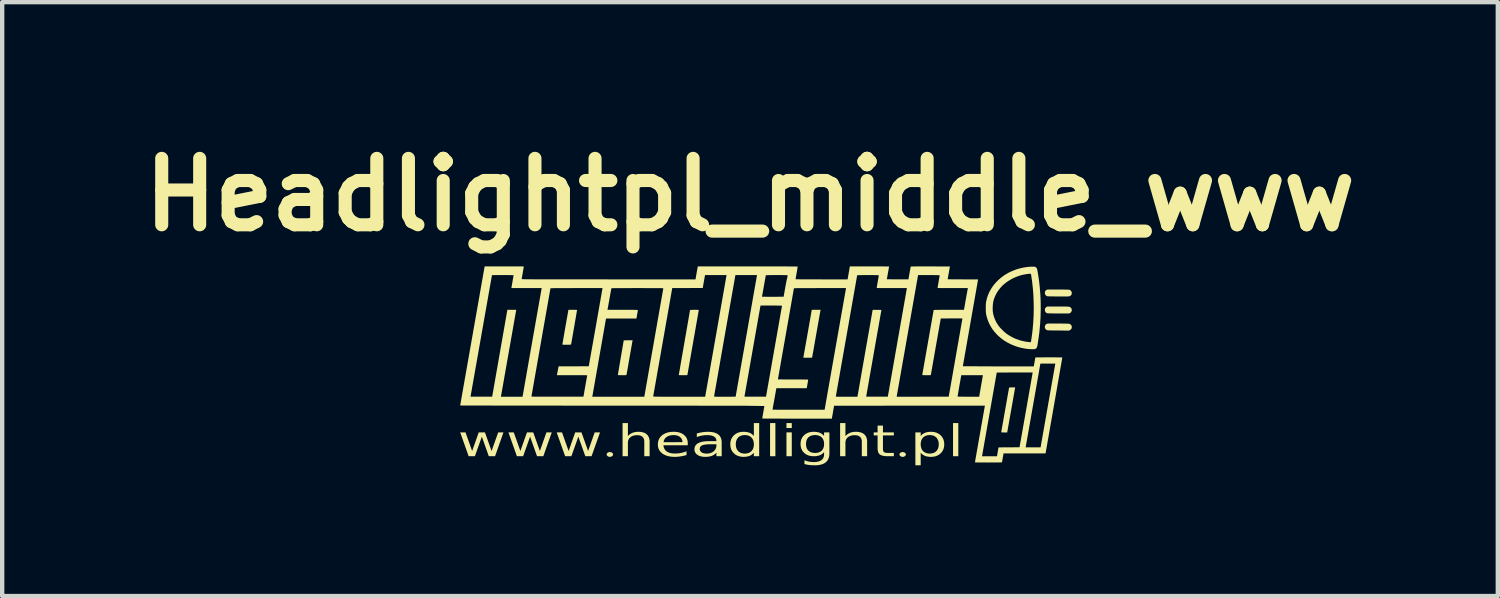
<source format=kicad_pcb>
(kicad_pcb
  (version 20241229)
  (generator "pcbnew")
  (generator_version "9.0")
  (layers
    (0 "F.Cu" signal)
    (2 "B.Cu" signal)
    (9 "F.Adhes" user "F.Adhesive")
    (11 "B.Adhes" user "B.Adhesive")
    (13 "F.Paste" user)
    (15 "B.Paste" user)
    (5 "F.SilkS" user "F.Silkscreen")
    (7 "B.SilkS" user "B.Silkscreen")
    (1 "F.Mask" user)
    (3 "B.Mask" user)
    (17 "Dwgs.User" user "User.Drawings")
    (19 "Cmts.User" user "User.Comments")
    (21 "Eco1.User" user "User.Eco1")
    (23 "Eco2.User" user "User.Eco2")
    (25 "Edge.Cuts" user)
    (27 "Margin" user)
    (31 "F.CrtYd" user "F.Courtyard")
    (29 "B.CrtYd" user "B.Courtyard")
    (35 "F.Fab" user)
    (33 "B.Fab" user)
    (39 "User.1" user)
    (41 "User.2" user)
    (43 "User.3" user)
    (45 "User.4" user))
  (footprint "Headlightpl_middle_www"
    (layer "F.Cu")
    (at 14.509 5.418)
    (property "Reference" "Headlightpl_middle_www" (at -0.35 -4 0) (layer "F.SilkS") (effects (font (size 1.524 1.524) (thickness 0.3))))
    (attr board_only exclude_from_pos_files exclude_from_bom)
    (fp_poly (pts (xy 0.232 2) (xy 0.11 2) (xy 0.11 1.239) (xy 0.232 1.239)) (stroke (width 0) (type solid)) (fill yes) (layer "F.SilkS"))
    (fp_poly (pts (xy 0.608 1.353) (xy 0.486 1.353) (xy 0.486 1.239) (xy 0.608 1.239)) (stroke (width 0) (type solid)) (fill yes) (layer "F.SilkS"))
    (fp_poly (pts (xy 0.608 2) (xy 0.486 2) (xy 0.486 1.453) (xy 0.608 1.453)) (stroke (width 0) (type solid)) (fill yes) (layer "F.SilkS"))
    (fp_poly (pts (xy 4.429 2) (xy 4.308 2) (xy 4.308 1.239) (xy 4.429 1.239)) (stroke (width 0) (type solid)) (fill yes) (layer "F.SilkS"))
    (fp_poly (pts (xy -6.726 1.88) (xy -6.575 1.453) (xy -6.432 1.453) (xy -6.28 1.88) (xy -6.128 1.453) (xy -6.007 1.453) (xy -6.2 2) (xy -6.344 2) (xy -6.503 1.551) (xy -6.663 2) (xy -6.806 2) (xy -7 1.453) (xy -6.878 1.453)) (stroke (width 0) (type solid)) (fill yes) (layer "F.SilkS"))
    (fp_poly (pts (xy -5.619 1.88) (xy -5.468 1.453) (xy -5.324 1.453) (xy -5.172 1.88) (xy -5.021 1.453) (xy -4.899 1.453) (xy -5.093 2) (xy -5.237 2) (xy -5.396 1.551) (xy -5.556 2) (xy -5.699 2) (xy -5.893 1.453) (xy -5.771 1.453)) (stroke (width 0) (type solid)) (fill yes) (layer "F.SilkS"))
    (fp_poly (pts (xy -4.512 1.88) (xy -4.361 1.453) (xy -4.217 1.453) (xy -4.065 1.88) (xy -3.914 1.453) (xy -3.792 1.453) (xy -3.986 2) (xy -4.129 2) (xy -4.289 1.551) (xy -4.449 2) (xy -4.592 2) (xy -4.786 1.453) (xy -4.664 1.453)) (stroke (width 0) (type solid)) (fill yes) (layer "F.SilkS"))
    (fp_poly (pts (xy 5.732 0.431) (xy 5.645 0.924) (xy 5.555 1.43) (xy 5.551 1.454) (xy 5.482 1.454) (xy 5.468 1.454) (xy 5.455 1.454) (xy 5.444 1.453) (xy 5.433 1.453) (xy 5.425 1.453) (xy 5.419 1.452) (xy 5.416 1.452) (xy 5.415 1.452) (xy 5.414 1.451) (xy 5.413 1.451) (xy 5.413 1.451) (xy 5.594 0.426) (xy 5.594 0.426) (xy 5.594 0.426) (xy 5.595 0.425) (xy 5.596 0.424) (xy 5.598 0.424) (xy 5.6 0.423) (xy 5.603 0.423) (xy 5.61 0.422) (xy 5.62 0.422) (xy 5.632 0.421) (xy 5.647 0.421) (xy 5.665 0.421) (xy 5.734 0.421)) (stroke (width 0) (type solid)) (fill yes) (layer "F.SilkS"))
    (fp_poly (pts (xy 1.265 -1.34) (xy 1.169 -0.798) (xy 1.104 -0.427) (xy 1.075 -0.268) (xy 1.075 -0.267) (xy 1.074 -0.265) (xy 1.073 -0.264) (xy 1.071 -0.264) (xy 1.069 -0.263) (xy 1.066 -0.262) (xy 1.062 -0.262) (xy 1.058 -0.261) (xy 1.045 -0.26) (xy 1.027 -0.26) (xy 0.973 -0.26) (xy 0.956 -0.26) (xy 0.941 -0.26) (xy 0.929 -0.26) (xy 0.918 -0.26) (xy 0.913 -0.26) (xy 0.908 -0.26) (xy 0.904 -0.26) (xy 0.9 -0.26) (xy 0.896 -0.26) (xy 0.893 -0.261) (xy 0.89 -0.261) (xy 0.888 -0.261) (xy 0.885 -0.261) (xy 0.883 -0.261) (xy 0.881 -0.262) (xy 0.881 -0.262) (xy 0.88 -0.262) (xy 0.879 -0.262) (xy 0.879 -0.262) (xy 0.878 -0.262) (xy 0.877 -0.263) (xy 0.877 -0.263) (xy 0.876 -0.263) (xy 0.876 -0.263) (xy 0.876 -0.263) (xy 0.875 -0.264) (xy 0.875 -0.264) (xy 0.875 -0.264) (xy 0.875 -0.264) (xy 0.874 -0.265) (xy 0.874 -0.265) (xy 0.874 -0.265) (xy 0.874 -0.265) (xy 0.874 -0.266) (xy 0.874 -0.266) (xy 0.874 -0.266) (xy 0.874 -0.267) (xy 0.874 -0.267) (xy 0.874 -0.267) (xy 0.874 -0.268) (xy 0.972 -0.818) (xy 1.067 -1.359) (xy 1.268 -1.359)) (stroke (width 0) (type solid)) (fill yes) (layer "F.SilkS"))
    (fp_poly (pts (xy -4.401 -1.359) (xy -4.386 -1.359) (xy -4.374 -1.359) (xy -4.362 -1.359) (xy -4.358 -1.359) (xy -4.353 -1.359) (xy -4.349 -1.359) (xy -4.345 -1.359) (xy -4.341 -1.359) (xy -4.338 -1.358) (xy -4.335 -1.358) (xy -4.333 -1.358) (xy -4.33 -1.358) (xy -4.328 -1.358) (xy -4.327 -1.357) (xy -4.326 -1.357) (xy -4.325 -1.357) (xy -4.324 -1.357) (xy -4.324 -1.357) (xy -4.323 -1.357) (xy -4.322 -1.357) (xy -4.322 -1.356) (xy -4.321 -1.356) (xy -4.321 -1.356) (xy -4.321 -1.356) (xy -4.32 -1.356) (xy -4.32 -1.355) (xy -4.32 -1.355) (xy -4.32 -1.355) (xy -4.319 -1.355) (xy -4.319 -1.355) (xy -4.319 -1.354) (xy -4.319 -1.354) (xy -4.319 -1.354) (xy -4.319 -1.354) (xy -4.319 -1.353) (xy -4.319 -1.353) (xy -4.319 -1.353) (xy -4.319 -1.352) (xy -4.319 -1.352) (xy -4.387 -0.955) (xy -4.435 -0.68) (xy -4.45 -0.595) (xy -4.457 -0.563) (xy -4.459 -0.562) (xy -4.466 -0.561) (xy -4.489 -0.559) (xy -4.52 -0.558) (xy -4.557 -0.558) (xy -4.593 -0.558) (xy -4.624 -0.559) (xy -4.647 -0.56) (xy -4.653 -0.561) (xy -4.656 -0.562) (xy -4.589 -0.951) (xy -4.517 -1.358) (xy -4.509 -1.359) (xy -4.487 -1.359) (xy -4.417 -1.359)) (stroke (width 0) (type solid)) (fill yes) (layer "F.SilkS"))
    (fp_poly (pts (xy -3.046 -0.651) (xy -3.115 -0.26) (xy -3.162 0.012) (xy -3.184 0.131) (xy -3.185 0.134) (xy -3.185 0.135) (xy -3.186 0.136) (xy -3.188 0.137) (xy -3.19 0.138) (xy -3.194 0.139) (xy -3.198 0.139) (xy -3.21 0.14) (xy -3.227 0.141) (xy -3.284 0.141) (xy -3.3 0.141) (xy -3.315 0.141) (xy -3.327 0.141) (xy -3.338 0.141) (xy -3.343 0.14) (xy -3.348 0.14) (xy -3.352 0.14) (xy -3.355 0.14) (xy -3.359 0.14) (xy -3.362 0.14) (xy -3.365 0.14) (xy -3.367 0.14) (xy -3.37 0.139) (xy -3.372 0.139) (xy -3.374 0.139) (xy -3.374 0.139) (xy -3.375 0.139) (xy -3.376 0.138) (xy -3.376 0.138) (xy -3.377 0.138) (xy -3.378 0.138) (xy -3.378 0.138) (xy -3.379 0.137) (xy -3.379 0.137) (xy -3.379 0.137) (xy -3.38 0.137) (xy -3.38 0.137) (xy -3.38 0.136) (xy -3.381 0.136) (xy -3.381 0.136) (xy -3.381 0.136) (xy -3.381 0.135) (xy -3.381 0.135) (xy -3.381 0.135) (xy -3.382 0.134) (xy -3.382 0.134) (xy -3.382 0.134) (xy -3.382 0.133) (xy -3.382 0.132) (xy -3.362 0.012) (xy -3.315 -0.265) (xy -3.268 -0.54) (xy -3.248 -0.657) (xy -3.248 -0.657) (xy -3.246 -0.658) (xy -3.24 -0.658) (xy -3.231 -0.659) (xy -3.218 -0.659) (xy -3.186 -0.66) (xy -3.146 -0.66) (xy -3.044 -0.66)) (stroke (width 0) (type solid)) (fill yes) (layer "F.SilkS"))
    (fp_poly (pts (xy -1.611 -1.359) (xy -1.598 -1.359) (xy -1.586 -1.359) (xy -1.576 -1.359) (xy -1.567 -1.359) (xy -1.558 -1.359) (xy -1.551 -1.358) (xy -1.545 -1.358) (xy -1.54 -1.358) (xy -1.538 -1.357) (xy -1.536 -1.357) (xy -1.534 -1.357) (xy -1.533 -1.357) (xy -1.531 -1.356) (xy -1.53 -1.356) (xy -1.529 -1.356) (xy -1.528 -1.355) (xy -1.527 -1.355) (xy -1.527 -1.355) (xy -1.526 -1.354) (xy -1.526 -1.354) (xy -1.526 -1.353) (xy -1.526 -1.353) (xy -1.657 -0.604) (xy -1.788 0.14) (xy -1.79 0.14) (xy -1.796 0.14) (xy -1.817 0.14) (xy -1.886 0.141) (xy -1.901 0.141) (xy -1.915 0.141) (xy -1.927 0.141) (xy -1.938 0.14) (xy -1.947 0.14) (xy -1.955 0.14) (xy -1.958 0.14) (xy -1.962 0.14) (xy -1.965 0.14) (xy -1.967 0.14) (xy -1.97 0.139) (xy -1.972 0.139) (xy -1.974 0.139) (xy -1.976 0.139) (xy -1.977 0.138) (xy -1.979 0.138) (xy -1.98 0.138) (xy -1.981 0.137) (xy -1.982 0.137) (xy -1.982 0.137) (xy -1.983 0.136) (xy -1.983 0.136) (xy -1.983 0.136) (xy -1.983 0.136) (xy -1.984 0.135) (xy -1.984 0.135) (xy -1.984 0.135) (xy -1.984 0.135) (xy -1.984 0.134) (xy -1.984 0.134) (xy -1.855 -0.612) (xy -1.764 -1.135) (xy -1.726 -1.355) (xy -1.725 -1.356) (xy -1.724 -1.356) (xy -1.719 -1.357) (xy -1.71 -1.357) (xy -1.698 -1.358) (xy -1.667 -1.359) (xy -1.626 -1.359)) (stroke (width 0) (type solid)) (fill yes) (layer "F.SilkS"))
    (fp_poly (pts (xy 2.7 1.453) (xy 2.95 1.453) (xy 2.95 1.522) (xy 2.7 1.522) (xy 2.7 1.82) (xy 2.7 1.828) (xy 2.7 1.836) (xy 2.701 1.843) (xy 2.701 1.85) (xy 2.702 1.857) (xy 2.703 1.863) (xy 2.704 1.869) (xy 2.706 1.875) (xy 2.707 1.88) (xy 2.709 1.885) (xy 2.711 1.889) (xy 2.713 1.893) (xy 2.716 1.897) (xy 2.718 1.9) (xy 2.721 1.903) (xy 2.724 1.906) (xy 2.728 1.908) (xy 2.731 1.91) (xy 2.735 1.912) (xy 2.74 1.914) (xy 2.745 1.916) (xy 2.75 1.917) (xy 2.756 1.919) (xy 2.762 1.92) (xy 2.769 1.921) (xy 2.775 1.922) (xy 2.783 1.923) (xy 2.79 1.924) (xy 2.799 1.924) (xy 2.807 1.924) (xy 2.816 1.925) (xy 2.825 1.925) (xy 2.95 1.925) (xy 2.95 2) (xy 2.825 2) (xy 2.791 1.999) (xy 2.776 1.999) (xy 2.76 1.998) (xy 2.746 1.996) (xy 2.732 1.995) (xy 2.719 1.993) (xy 2.706 1.99) (xy 2.695 1.988) (xy 2.683 1.985) (xy 2.673 1.982) (xy 2.663 1.978) (xy 2.654 1.975) (xy 2.646 1.97) (xy 2.638 1.966) (xy 2.631 1.961) (xy 2.628 1.959) (xy 2.625 1.956) (xy 2.621 1.953) (xy 2.618 1.951) (xy 2.616 1.948) (xy 2.613 1.944) (xy 2.61 1.941) (xy 2.608 1.938) (xy 2.605 1.934) (xy 2.603 1.931) (xy 2.601 1.927) (xy 2.598 1.923) (xy 2.596 1.919) (xy 2.594 1.915) (xy 2.591 1.906) (xy 2.588 1.897) (xy 2.585 1.888) (xy 2.583 1.878) (xy 2.581 1.867) (xy 2.579 1.856) (xy 2.578 1.844) (xy 2.578 1.832) (xy 2.577 1.82) (xy 2.577 1.522) (xy 2.488 1.522) (xy 2.488 1.453) (xy 2.577 1.453) (xy 2.577 1.297) (xy 2.7 1.297)) (stroke (width 0) (type solid)) (fill yes) (layer "F.SilkS"))
    (fp_poly (pts (xy 6.724 -1.825) (xy 6.794 -1.824) (xy 6.85 -1.824) (xy 6.894 -1.823) (xy 6.927 -1.822) (xy 6.94 -1.822) (xy 6.951 -1.821) (xy 6.96 -1.821) (xy 6.967 -1.82) (xy 6.973 -1.819) (xy 6.978 -1.819) (xy 6.982 -1.818) (xy 6.984 -1.817) (xy 6.989 -1.815) (xy 6.993 -1.812) (xy 6.997 -1.81) (xy 7.001 -1.807) (xy 7.005 -1.804) (xy 7.008 -1.801) (xy 7.011 -1.798) (xy 7.014 -1.794) (xy 7.017 -1.791) (xy 7.019 -1.787) (xy 7.022 -1.783) (xy 7.024 -1.779) (xy 7.026 -1.775) (xy 7.028 -1.771) (xy 7.029 -1.767) (xy 7.03 -1.762) (xy 7.031 -1.758) (xy 7.032 -1.754) (xy 7.032 -1.749) (xy 7.033 -1.745) (xy 7.033 -1.74) (xy 7.032 -1.736) (xy 7.032 -1.731) (xy 7.031 -1.727) (xy 7.03 -1.723) (xy 7.029 -1.719) (xy 7.027 -1.714) (xy 7.025 -1.71) (xy 7.023 -1.706) (xy 7.021 -1.702) (xy 7.018 -1.698) (xy 7.015 -1.695) (xy 7.006 -1.684) (xy 7.001 -1.68) (xy 6.997 -1.677) (xy 6.991 -1.674) (xy 6.984 -1.671) (xy 6.975 -1.669) (xy 6.963 -1.668) (xy 6.931 -1.666) (xy 6.883 -1.665) (xy 6.726 -1.666) (xy 6.657 -1.666) (xy 6.601 -1.667) (xy 6.557 -1.667) (xy 6.524 -1.668) (xy 6.51 -1.668) (xy 6.499 -1.669) (xy 6.489 -1.669) (xy 6.482 -1.67) (xy 6.475 -1.671) (xy 6.47 -1.672) (xy 6.467 -1.672) (xy 6.464 -1.673) (xy 6.458 -1.676) (xy 6.452 -1.679) (xy 6.447 -1.683) (xy 6.442 -1.687) (xy 6.438 -1.691) (xy 6.434 -1.695) (xy 6.43 -1.7) (xy 6.427 -1.705) (xy 6.424 -1.71) (xy 6.421 -1.715) (xy 6.419 -1.721) (xy 6.418 -1.726) (xy 6.416 -1.732) (xy 6.415 -1.737) (xy 6.415 -1.743) (xy 6.415 -1.749) (xy 6.415 -1.754) (xy 6.416 -1.76) (xy 6.417 -1.765) (xy 6.418 -1.771) (xy 6.42 -1.776) (xy 6.422 -1.782) (xy 6.425 -1.787) (xy 6.428 -1.792) (xy 6.431 -1.796) (xy 6.435 -1.801) (xy 6.439 -1.805) (xy 6.444 -1.809) (xy 6.449 -1.813) (xy 6.454 -1.816) (xy 6.46 -1.819) (xy 6.466 -1.822) (xy 6.473 -1.823) (xy 6.486 -1.824) (xy 6.534 -1.825) (xy 6.612 -1.825)) (stroke (width 0) (type solid)) (fill yes) (layer "F.SilkS"))
    (fp_poly (pts (xy 6.729 -1.045) (xy 6.807 -1.044) (xy 6.866 -1.043) (xy 6.889 -1.043) (xy 6.909 -1.042) (xy 6.926 -1.042) (xy 6.94 -1.041) (xy 6.946 -1.041) (xy 6.951 -1.041) (xy 6.956 -1.041) (xy 6.96 -1.04) (xy 6.964 -1.04) (xy 6.967 -1.039) (xy 6.97 -1.039) (xy 6.973 -1.038) (xy 6.976 -1.038) (xy 6.978 -1.037) (xy 6.98 -1.037) (xy 6.982 -1.036) (xy 6.984 -1.035) (xy 6.985 -1.035) (xy 6.989 -1.033) (xy 6.994 -1.03) (xy 6.999 -1.027) (xy 7.004 -1.024) (xy 7.008 -1.02) (xy 7.012 -1.016) (xy 7.016 -1.012) (xy 7.019 -1.008) (xy 7.022 -1.003) (xy 7.025 -0.999) (xy 7.027 -0.994) (xy 7.029 -0.989) (xy 7.03 -0.984) (xy 7.032 -0.979) (xy 7.032 -0.974) (xy 7.033 -0.969) (xy 7.033 -0.964) (xy 7.033 -0.958) (xy 7.032 -0.953) (xy 7.032 -0.948) (xy 7.03 -0.943) (xy 7.029 -0.938) (xy 7.027 -0.933) (xy 7.025 -0.928) (xy 7.022 -0.923) (xy 7.019 -0.919) (xy 7.016 -0.915) (xy 7.012 -0.91) (xy 7.008 -0.906) (xy 7.004 -0.903) (xy 6.999 -0.899) (xy 6.994 -0.896) (xy 6.989 -0.893) (xy 6.969 -0.882) (xy 6.722 -0.885) (xy 6.643 -0.886) (xy 6.61 -0.886) (xy 6.582 -0.886) (xy 6.558 -0.887) (xy 6.538 -0.887) (xy 6.521 -0.888) (xy 6.507 -0.888) (xy 6.501 -0.888) (xy 6.495 -0.889) (xy 6.49 -0.889) (xy 6.486 -0.889) (xy 6.482 -0.89) (xy 6.478 -0.89) (xy 6.475 -0.891) (xy 6.472 -0.891) (xy 6.47 -0.892) (xy 6.468 -0.892) (xy 6.466 -0.893) (xy 6.464 -0.894) (xy 6.462 -0.894) (xy 6.46 -0.895) (xy 6.457 -0.897) (xy 6.452 -0.899) (xy 6.448 -0.902) (xy 6.444 -0.905) (xy 6.44 -0.908) (xy 6.437 -0.911) (xy 6.433 -0.915) (xy 6.43 -0.919) (xy 6.428 -0.923) (xy 6.425 -0.927) (xy 6.423 -0.931) (xy 6.421 -0.935) (xy 6.419 -0.94) (xy 6.418 -0.944) (xy 6.417 -0.949) (xy 6.416 -0.954) (xy 6.415 -0.959) (xy 6.415 -0.964) (xy 6.415 -0.968) (xy 6.415 -0.973) (xy 6.415 -0.978) (xy 6.416 -0.983) (xy 6.417 -0.987) (xy 6.418 -0.992) (xy 6.42 -0.997) (xy 6.422 -1.001) (xy 6.424 -1.005) (xy 6.427 -1.01) (xy 6.429 -1.014) (xy 6.432 -1.017) (xy 6.436 -1.021) (xy 6.439 -1.024) (xy 6.443 -1.028) (xy 6.445 -1.029) (xy 6.446 -1.03) (xy 6.448 -1.031) (xy 6.45 -1.032) (xy 6.452 -1.033) (xy 6.454 -1.034) (xy 6.458 -1.036) (xy 6.462 -1.038) (xy 6.466 -1.04) (xy 6.467 -1.041) (xy 6.469 -1.041) (xy 6.471 -1.042) (xy 6.473 -1.042) (xy 6.481 -1.043) (xy 6.497 -1.044) (xy 6.551 -1.045) (xy 6.63 -1.045)) (stroke (width 0) (type solid)) (fill yes) (layer "F.SilkS"))
    (fp_poly (pts (xy -3.563 1.905) (xy -3.559 1.905) (xy -3.555 1.905) (xy -3.552 1.906) (xy -3.548 1.906) (xy -3.545 1.907) (xy -3.542 1.908) (xy -3.538 1.909) (xy -3.535 1.91) (xy -3.532 1.911) (xy -3.529 1.912) (xy -3.526 1.914) (xy -3.523 1.915) (xy -3.52 1.917) (xy -3.517 1.919) (xy -3.515 1.921) (xy -3.512 1.923) (xy -3.51 1.925) (xy -3.507 1.927) (xy -3.505 1.929) (xy -3.503 1.931) (xy -3.501 1.934) (xy -3.5 1.936) (xy -3.498 1.938) (xy -3.497 1.941) (xy -3.496 1.943) (xy -3.495 1.946) (xy -3.494 1.948) (xy -3.494 1.951) (xy -3.493 1.954) (xy -3.493 1.956) (xy -3.493 1.959) (xy -3.493 1.962) (xy -3.493 1.964) (xy -3.494 1.967) (xy -3.494 1.97) (xy -3.495 1.972) (xy -3.496 1.975) (xy -3.497 1.977) (xy -3.498 1.98) (xy -3.5 1.982) (xy -3.501 1.985) (xy -3.503 1.987) (xy -3.505 1.989) (xy -3.507 1.992) (xy -3.51 1.994) (xy -3.512 1.996) (xy -3.515 1.998) (xy -3.517 2) (xy -3.52 2.002) (xy -3.523 2.004) (xy -3.526 2.005) (xy -3.529 2.007) (xy -3.532 2.008) (xy -3.535 2.009) (xy -3.538 2.01) (xy -3.542 2.011) (xy -3.545 2.012) (xy -3.548 2.013) (xy -3.552 2.013) (xy -3.555 2.014) (xy -3.559 2.014) (xy -3.563 2.014) (xy -3.566 2.014) (xy -3.57 2.014) (xy -3.573 2.014) (xy -3.577 2.014) (xy -3.58 2.013) (xy -3.584 2.013) (xy -3.587 2.012) (xy -3.59 2.011) (xy -3.594 2.01) (xy -3.597 2.009) (xy -3.6 2.008) (xy -3.603 2.006) (xy -3.606 2.005) (xy -3.609 2.003) (xy -3.612 2.001) (xy -3.615 2) (xy -3.618 1.998) (xy -3.62 1.995) (xy -3.623 1.993) (xy -3.625 1.991) (xy -3.627 1.989) (xy -3.629 1.986) (xy -3.631 1.984) (xy -3.633 1.982) (xy -3.634 1.979) (xy -3.635 1.977) (xy -3.637 1.974) (xy -3.637 1.972) (xy -3.638 1.969) (xy -3.639 1.967) (xy -3.639 1.964) (xy -3.64 1.962) (xy -3.64 1.959) (xy -3.64 1.956) (xy -3.639 1.954) (xy -3.639 1.951) (xy -3.638 1.948) (xy -3.637 1.946) (xy -3.637 1.943) (xy -3.635 1.941) (xy -3.634 1.938) (xy -3.633 1.936) (xy -3.631 1.934) (xy -3.629 1.931) (xy -3.627 1.929) (xy -3.625 1.927) (xy -3.623 1.925) (xy -3.62 1.923) (xy -3.618 1.921) (xy -3.615 1.919) (xy -3.612 1.917) (xy -3.609 1.915) (xy -3.606 1.914) (xy -3.603 1.912) (xy -3.6 1.911) (xy -3.597 1.91) (xy -3.594 1.909) (xy -3.591 1.908) (xy -3.587 1.907) (xy -3.584 1.906) (xy -3.581 1.906) (xy -3.577 1.905) (xy -3.574 1.905) (xy -3.57 1.905) (xy -3.566 1.905)) (stroke (width 0) (type solid)) (fill yes) (layer "F.SilkS"))
    (fp_poly (pts (xy 3.156 1.905) (xy 3.159 1.905) (xy 3.163 1.905) (xy 3.166 1.906) (xy 3.17 1.906) (xy 3.173 1.907) (xy 3.176 1.908) (xy 3.18 1.909) (xy 3.183 1.91) (xy 3.186 1.911) (xy 3.189 1.912) (xy 3.192 1.914) (xy 3.195 1.915) (xy 3.198 1.917) (xy 3.201 1.919) (xy 3.203 1.921) (xy 3.206 1.923) (xy 3.209 1.925) (xy 3.211 1.927) (xy 3.213 1.929) (xy 3.215 1.931) (xy 3.217 1.934) (xy 3.218 1.936) (xy 3.22 1.938) (xy 3.221 1.941) (xy 3.222 1.943) (xy 3.223 1.946) (xy 3.224 1.948) (xy 3.224 1.951) (xy 3.225 1.954) (xy 3.225 1.956) (xy 3.225 1.959) (xy 3.225 1.962) (xy 3.225 1.964) (xy 3.224 1.967) (xy 3.224 1.97) (xy 3.223 1.972) (xy 3.222 1.975) (xy 3.221 1.977) (xy 3.22 1.98) (xy 3.218 1.982) (xy 3.217 1.985) (xy 3.215 1.987) (xy 3.213 1.989) (xy 3.211 1.992) (xy 3.209 1.994) (xy 3.206 1.996) (xy 3.203 1.998) (xy 3.201 2) (xy 3.198 2.002) (xy 3.195 2.004) (xy 3.192 2.005) (xy 3.189 2.007) (xy 3.186 2.008) (xy 3.183 2.009) (xy 3.18 2.01) (xy 3.176 2.011) (xy 3.173 2.012) (xy 3.17 2.013) (xy 3.166 2.013) (xy 3.163 2.014) (xy 3.159 2.014) (xy 3.156 2.014) (xy 3.152 2.014) (xy 3.148 2.014) (xy 3.145 2.014) (xy 3.141 2.014) (xy 3.138 2.013) (xy 3.134 2.013) (xy 3.131 2.012) (xy 3.128 2.011) (xy 3.124 2.01) (xy 3.121 2.009) (xy 3.118 2.008) (xy 3.115 2.006) (xy 3.112 2.005) (xy 3.109 2.003) (xy 3.106 2.001) (xy 3.103 2) (xy 3.1 1.998) (xy 3.098 1.995) (xy 3.095 1.993) (xy 3.093 1.991) (xy 3.091 1.989) (xy 3.089 1.986) (xy 3.087 1.984) (xy 3.085 1.982) (xy 3.084 1.979) (xy 3.083 1.977) (xy 3.082 1.974) (xy 3.081 1.972) (xy 3.08 1.969) (xy 3.079 1.967) (xy 3.079 1.964) (xy 3.079 1.962) (xy 3.078 1.959) (xy 3.079 1.956) (xy 3.079 1.954) (xy 3.079 1.951) (xy 3.08 1.948) (xy 3.081 1.946) (xy 3.082 1.943) (xy 3.083 1.941) (xy 3.084 1.938) (xy 3.085 1.936) (xy 3.087 1.934) (xy 3.089 1.931) (xy 3.091 1.929) (xy 3.093 1.927) (xy 3.095 1.925) (xy 3.098 1.923) (xy 3.1 1.921) (xy 3.103 1.919) (xy 3.106 1.917) (xy 3.109 1.915) (xy 3.112 1.914) (xy 3.115 1.912) (xy 3.118 1.911) (xy 3.121 1.91) (xy 3.124 1.909) (xy 3.127 1.908) (xy 3.131 1.907) (xy 3.134 1.906) (xy 3.137 1.906) (xy 3.141 1.905) (xy 3.145 1.905) (xy 3.148 1.905) (xy 3.152 1.905)) (stroke (width 0) (type solid)) (fill yes) (layer "F.SilkS"))
    (fp_poly (pts (xy 1.839 1.538) (xy 1.845 1.532) (xy 1.85 1.526) (xy 1.856 1.52) (xy 1.862 1.515) (xy 1.868 1.509) (xy 1.874 1.504) (xy 1.88 1.499) (xy 1.887 1.494) (xy 1.893 1.49) (xy 1.9 1.486) (xy 1.906 1.482) (xy 1.913 1.478) (xy 1.92 1.474) (xy 1.927 1.47) (xy 1.934 1.467) (xy 1.942 1.464) (xy 1.949 1.461) (xy 1.957 1.458) (xy 1.965 1.456) (xy 1.972 1.453) (xy 1.981 1.451) (xy 1.989 1.449) (xy 1.997 1.447) (xy 2.006 1.445) (xy 2.014 1.444) (xy 2.023 1.443) (xy 2.032 1.442) (xy 2.041 1.441) (xy 2.05 1.44) (xy 2.059 1.44) (xy 2.069 1.439) (xy 2.078 1.439) (xy 2.094 1.44) (xy 2.109 1.44) (xy 2.124 1.441) (xy 2.138 1.443) (xy 2.152 1.445) (xy 2.165 1.448) (xy 2.178 1.451) (xy 2.19 1.454) (xy 2.202 1.458) (xy 2.214 1.462) (xy 2.224 1.467) (xy 2.235 1.472) (xy 2.245 1.478) (xy 2.254 1.484) (xy 2.263 1.491) (xy 2.271 1.498) (xy 2.279 1.506) (xy 2.287 1.513) (xy 2.294 1.522) (xy 2.3 1.531) (xy 2.306 1.54) (xy 2.311 1.549) (xy 2.316 1.56) (xy 2.321 1.57) (xy 2.324 1.581) (xy 2.328 1.592) (xy 2.33 1.604) (xy 2.333 1.616) (xy 2.335 1.629) (xy 2.336 1.642) (xy 2.337 1.656) (xy 2.337 1.67) (xy 2.337 2) (xy 2.215 2) (xy 2.215 1.673) (xy 2.215 1.663) (xy 2.215 1.654) (xy 2.214 1.645) (xy 2.213 1.636) (xy 2.211 1.628) (xy 2.209 1.62) (xy 2.207 1.612) (xy 2.205 1.605) (xy 2.202 1.597) (xy 2.199 1.591) (xy 2.196 1.584) (xy 2.192 1.578) (xy 2.188 1.572) (xy 2.184 1.566) (xy 2.179 1.561) (xy 2.174 1.556) (xy 2.169 1.552) (xy 2.163 1.547) (xy 2.157 1.543) (xy 2.151 1.539) (xy 2.145 1.536) (xy 2.138 1.533) (xy 2.131 1.53) (xy 2.123 1.527) (xy 2.115 1.525) (xy 2.107 1.523) (xy 2.099 1.521) (xy 2.09 1.52) (xy 2.081 1.519) (xy 2.071 1.518) (xy 2.061 1.518) (xy 2.051 1.518) (xy 2.039 1.518) (xy 2.027 1.518) (xy 2.016 1.519) (xy 2.005 1.52) (xy 1.994 1.522) (xy 1.983 1.524) (xy 1.973 1.526) (xy 1.963 1.529) (xy 1.954 1.532) (xy 1.944 1.536) (xy 1.936 1.54) (xy 1.927 1.544) (xy 1.919 1.548) (xy 1.911 1.553) (xy 1.903 1.558) (xy 1.896 1.564) (xy 1.889 1.57) (xy 1.883 1.576) (xy 1.877 1.583) (xy 1.871 1.589) (xy 1.866 1.596) (xy 1.861 1.604) (xy 1.857 1.611) (xy 1.853 1.619) (xy 1.85 1.627) (xy 1.847 1.635) (xy 1.845 1.644) (xy 1.843 1.653) (xy 1.841 1.662) (xy 1.84 1.671) (xy 1.839 1.681) (xy 1.839 1.691) (xy 1.839 2) (xy 1.717 2) (xy 1.717 1.239) (xy 1.839 1.239)) (stroke (width 0) (type solid)) (fill yes) (layer "F.SilkS"))
    (fp_poly (pts (xy -3.152 1.538) (xy -3.146 1.532) (xy -3.141 1.526) (xy -3.135 1.52) (xy -3.129 1.515) (xy -3.123 1.509) (xy -3.117 1.504) (xy -3.111 1.499) (xy -3.104 1.494) (xy -3.098 1.49) (xy -3.091 1.486) (xy -3.085 1.482) (xy -3.078 1.478) (xy -3.071 1.474) (xy -3.064 1.47) (xy -3.057 1.467) (xy -3.049 1.464) (xy -3.042 1.461) (xy -3.034 1.458) (xy -3.026 1.456) (xy -3.019 1.453) (xy -3.01 1.451) (xy -3.002 1.449) (xy -2.994 1.447) (xy -2.985 1.445) (xy -2.977 1.444) (xy -2.968 1.443) (xy -2.959 1.442) (xy -2.95 1.441) (xy -2.941 1.44) (xy -2.932 1.44) (xy -2.922 1.439) (xy -2.913 1.439) (xy -2.897 1.44) (xy -2.882 1.44) (xy -2.867 1.441) (xy -2.853 1.443) (xy -2.839 1.445) (xy -2.826 1.448) (xy -2.813 1.451) (xy -2.801 1.454) (xy -2.789 1.458) (xy -2.777 1.462) (xy -2.767 1.467) (xy -2.756 1.472) (xy -2.746 1.478) (xy -2.737 1.484) (xy -2.728 1.491) (xy -2.72 1.498) (xy -2.712 1.506) (xy -2.704 1.513) (xy -2.697 1.522) (xy -2.691 1.531) (xy -2.685 1.54) (xy -2.68 1.549) (xy -2.675 1.56) (xy -2.67 1.57) (xy -2.667 1.581) (xy -2.663 1.592) (xy -2.661 1.604) (xy -2.658 1.616) (xy -2.656 1.629) (xy -2.655 1.642) (xy -2.654 1.656) (xy -2.654 1.67) (xy -2.654 1.67) (xy -2.654 2) (xy -2.776 2) (xy -2.776 1.673) (xy -2.776 1.663) (xy -2.776 1.654) (xy -2.777 1.645) (xy -2.778 1.636) (xy -2.78 1.628) (xy -2.782 1.62) (xy -2.784 1.612) (xy -2.786 1.605) (xy -2.789 1.597) (xy -2.792 1.591) (xy -2.795 1.584) (xy -2.799 1.578) (xy -2.803 1.572) (xy -2.807 1.566) (xy -2.812 1.561) (xy -2.817 1.556) (xy -2.822 1.552) (xy -2.828 1.547) (xy -2.834 1.543) (xy -2.84 1.539) (xy -2.846 1.536) (xy -2.853 1.533) (xy -2.86 1.53) (xy -2.868 1.527) (xy -2.876 1.525) (xy -2.884 1.523) (xy -2.892 1.521) (xy -2.901 1.52) (xy -2.91 1.519) (xy -2.92 1.518) (xy -2.93 1.518) (xy -2.94 1.518) (xy -2.952 1.518) (xy -2.964 1.518) (xy -2.975 1.519) (xy -2.986 1.52) (xy -2.997 1.522) (xy -3.008 1.524) (xy -3.018 1.526) (xy -3.028 1.529) (xy -3.037 1.532) (xy -3.047 1.536) (xy -3.055 1.54) (xy -3.064 1.544) (xy -3.072 1.548) (xy -3.08 1.553) (xy -3.088 1.558) (xy -3.095 1.564) (xy -3.102 1.57) (xy -3.108 1.576) (xy -3.114 1.583) (xy -3.12 1.589) (xy -3.125 1.596) (xy -3.13 1.604) (xy -3.134 1.611) (xy -3.138 1.619) (xy -3.141 1.627) (xy -3.144 1.635) (xy -3.146 1.644) (xy -3.148 1.653) (xy -3.15 1.662) (xy -3.151 1.671) (xy -3.152 1.681) (xy -3.152 1.691) (xy -3.152 2) (xy -3.274 2) (xy -3.274 1.239) (xy -3.152 1.239)) (stroke (width 0) (type solid)) (fill yes) (layer "F.SilkS"))
    (fp_poly (pts (xy 6.797 -1.435) (xy 6.831 -1.435) (xy 6.861 -1.434) (xy 6.887 -1.434) (xy 6.909 -1.434) (xy 6.928 -1.433) (xy 6.936 -1.433) (xy 6.943 -1.432) (xy 6.95 -1.432) (xy 6.956 -1.431) (xy 6.962 -1.43) (xy 6.967 -1.43) (xy 6.972 -1.429) (xy 6.976 -1.428) (xy 6.98 -1.427) (xy 6.983 -1.426) (xy 6.986 -1.425) (xy 6.989 -1.424) (xy 6.992 -1.423) (xy 6.994 -1.422) (xy 6.996 -1.42) (xy 6.999 -1.419) (xy 7.003 -1.416) (xy 7.006 -1.413) (xy 7.009 -1.411) (xy 7.012 -1.408) (xy 7.014 -1.404) (xy 7.017 -1.4) (xy 7.02 -1.397) (xy 7.022 -1.392) (xy 7.024 -1.388) (xy 7.026 -1.384) (xy 7.028 -1.38) (xy 7.03 -1.375) (xy 7.031 -1.371) (xy 7.032 -1.366) (xy 7.033 -1.362) (xy 7.033 -1.358) (xy 7.033 -1.354) (xy 7.033 -1.351) (xy 7.033 -1.348) (xy 7.033 -1.345) (xy 7.032 -1.342) (xy 7.031 -1.338) (xy 7.03 -1.335) (xy 7.029 -1.332) (xy 7.028 -1.329) (xy 7.027 -1.326) (xy 7.026 -1.323) (xy 7.024 -1.319) (xy 7.022 -1.316) (xy 7.021 -1.313) (xy 7.019 -1.311) (xy 7.017 -1.308) (xy 7.015 -1.305) (xy 7.013 -1.302) (xy 7.011 -1.3) (xy 7.008 -1.297) (xy 7.006 -1.295) (xy 7.004 -1.293) (xy 7.001 -1.29) (xy 6.999 -1.288) (xy 6.996 -1.287) (xy 6.993 -1.285) (xy 6.991 -1.283) (xy 6.988 -1.282) (xy 6.985 -1.28) (xy 6.983 -1.279) (xy 6.98 -1.278) (xy 6.977 -1.278) (xy 6.974 -1.277) (xy 6.95 -1.276) (xy 6.893 -1.275) (xy 6.813 -1.275) (xy 6.717 -1.276) (xy 6.642 -1.276) (xy 6.583 -1.277) (xy 6.56 -1.277) (xy 6.54 -1.277) (xy 6.523 -1.278) (xy 6.508 -1.278) (xy 6.497 -1.278) (xy 6.487 -1.279) (xy 6.483 -1.279) (xy 6.479 -1.28) (xy 6.476 -1.28) (xy 6.473 -1.281) (xy 6.471 -1.281) (xy 6.468 -1.282) (xy 6.466 -1.282) (xy 6.464 -1.283) (xy 6.463 -1.283) (xy 6.461 -1.284) (xy 6.458 -1.285) (xy 6.453 -1.288) (xy 6.449 -1.29) (xy 6.444 -1.293) (xy 6.441 -1.297) (xy 6.437 -1.3) (xy 6.434 -1.303) (xy 6.431 -1.307) (xy 6.428 -1.311) (xy 6.425 -1.315) (xy 6.423 -1.32) (xy 6.421 -1.324) (xy 6.42 -1.329) (xy 6.418 -1.334) (xy 6.417 -1.339) (xy 6.416 -1.345) (xy 6.416 -1.35) (xy 6.416 -1.353) (xy 6.415 -1.356) (xy 6.415 -1.359) (xy 6.416 -1.362) (xy 6.416 -1.365) (xy 6.416 -1.368) (xy 6.416 -1.371) (xy 6.417 -1.373) (xy 6.417 -1.376) (xy 6.418 -1.379) (xy 6.419 -1.381) (xy 6.419 -1.384) (xy 6.42 -1.386) (xy 6.421 -1.389) (xy 6.422 -1.391) (xy 6.423 -1.393) (xy 6.424 -1.396) (xy 6.426 -1.398) (xy 6.427 -1.4) (xy 6.429 -1.402) (xy 6.43 -1.404) (xy 6.432 -1.406) (xy 6.433 -1.408) (xy 6.435 -1.41) (xy 6.437 -1.412) (xy 6.439 -1.414) (xy 6.441 -1.416) (xy 6.443 -1.418) (xy 6.445 -1.419) (xy 6.448 -1.421) (xy 6.45 -1.423) (xy 6.453 -1.424) (xy 6.471 -1.435) (xy 6.713 -1.435)) (stroke (width 0) (type solid)) (fill yes) (layer "F.SilkS"))
    (fp_poly (pts (xy -2.083 1.44) (xy -2.065 1.44) (xy -2.048 1.442) (xy -2.031 1.444) (xy -2.014 1.446) (xy -1.998 1.449) (xy -1.983 1.453) (xy -1.968 1.457) (xy -1.953 1.462) (xy -1.939 1.467) (xy -1.926 1.473) (xy -1.913 1.48) (xy -1.9 1.486) (xy -1.888 1.494) (xy -1.877 1.502) (xy -1.866 1.511) (xy -1.855 1.52) (xy -1.845 1.529) (xy -1.836 1.539) (xy -1.827 1.549) (xy -1.82 1.56) (xy -1.812 1.571) (xy -1.806 1.583) (xy -1.8 1.594) (xy -1.795 1.607) (xy -1.791 1.619) (xy -1.787 1.632) (xy -1.784 1.646) (xy -1.781 1.66) (xy -1.78 1.674) (xy -1.779 1.689) (xy -1.778 1.704) (xy -1.778 1.704) (xy -1.778 1.748) (xy -2.338 1.748) (xy -2.336 1.759) (xy -2.335 1.77) (xy -2.332 1.781) (xy -2.33 1.791) (xy -2.327 1.802) (xy -2.323 1.811) (xy -2.319 1.821) (xy -2.315 1.83) (xy -2.31 1.838) (xy -2.304 1.847) (xy -2.298 1.855) (xy -2.292 1.862) (xy -2.285 1.87) (xy -2.278 1.877) (xy -2.27 1.883) (xy -2.262 1.89) (xy -2.253 1.895) (xy -2.244 1.901) (xy -2.235 1.906) (xy -2.225 1.911) (xy -2.214 1.915) (xy -2.204 1.919) (xy -2.192 1.923) (xy -2.181 1.926) (xy -2.169 1.929) (xy -2.156 1.931) (xy -2.144 1.933) (xy -2.13 1.935) (xy -2.117 1.936) (xy -2.103 1.937) (xy -2.088 1.938) (xy -2.073 1.938) (xy -2.056 1.938) (xy -2.038 1.937) (xy -2.021 1.936) (xy -2.004 1.935) (xy -1.987 1.933) (xy -1.971 1.931) (xy -1.954 1.928) (xy -1.938 1.925) (xy -1.921 1.922) (xy -1.905 1.918) (xy -1.888 1.914) (xy -1.872 1.909) (xy -1.856 1.904) (xy -1.839 1.899) (xy -1.823 1.893) (xy -1.807 1.887) (xy -1.807 1.972) (xy -1.823 1.977) (xy -1.84 1.982) (xy -1.856 1.986) (xy -1.873 1.99) (xy -1.89 1.994) (xy -1.907 1.997) (xy -1.924 2.001) (xy -1.941 2.003) (xy -1.958 2.006) (xy -1.975 2.008) (xy -1.993 2.01) (xy -2.01 2.011) (xy -2.028 2.013) (xy -2.045 2.014) (xy -2.063 2.014) (xy -2.08 2.014) (xy -2.102 2.014) (xy -2.124 2.013) (xy -2.144 2.011) (xy -2.164 2.009) (xy -2.184 2.007) (xy -2.203 2.003) (xy -2.221 2) (xy -2.239 1.995) (xy -2.256 1.99) (xy -2.273 1.984) (xy -2.289 1.978) (xy -2.305 1.971) (xy -2.32 1.964) (xy -2.334 1.956) (xy -2.348 1.947) (xy -2.361 1.938) (xy -2.374 1.928) (xy -2.385 1.918) (xy -2.396 1.907) (xy -2.406 1.896) (xy -2.416 1.885) (xy -2.424 1.873) (xy -2.432 1.861) (xy -2.439 1.848) (xy -2.445 1.835) (xy -2.45 1.822) (xy -2.454 1.808) (xy -2.458 1.793) (xy -2.461 1.779) (xy -2.463 1.763) (xy -2.464 1.748) (xy -2.464 1.732) (xy -2.464 1.715) (xy -2.463 1.699) (xy -2.461 1.683) (xy -2.46 1.678) (xy -2.334 1.678) (xy -1.9 1.677) (xy -1.9 1.668) (xy -1.901 1.659) (xy -1.902 1.651) (xy -1.904 1.642) (xy -1.906 1.634) (xy -1.908 1.626) (xy -1.911 1.619) (xy -1.915 1.611) (xy -1.918 1.604) (xy -1.923 1.597) (xy -1.927 1.59) (xy -1.932 1.583) (xy -1.937 1.577) (xy -1.943 1.571) (xy -1.949 1.565) (xy -1.956 1.56) (xy -1.963 1.554) (xy -1.97 1.549) (xy -1.978 1.545) (xy -1.985 1.54) (xy -1.993 1.536) (xy -2.002 1.533) (xy -2.01 1.53) (xy -2.019 1.527) (xy -2.028 1.524) (xy -2.038 1.522) (xy -2.048 1.52) (xy -2.058 1.518) (xy -2.068 1.517) (xy -2.078 1.516) (xy -2.089 1.516) (xy -2.1 1.516) (xy -2.113 1.516) (xy -2.125 1.516) (xy -2.137 1.517) (xy -2.149 1.518) (xy -2.16 1.52) (xy -2.171 1.522) (xy -2.182 1.524) (xy -2.192 1.526) (xy -2.202 1.529) (xy -2.212 1.532) (xy -2.221 1.536) (xy -2.23 1.54) (xy -2.239 1.544) (xy -2.247 1.548) (xy -2.256 1.553) (xy -2.263 1.558) (xy -2.271 1.564) (xy -2.278 1.569) (xy -2.284 1.575) (xy -2.291 1.582) (xy -2.296 1.588) (xy -2.302 1.595) (xy -2.307 1.602) (xy -2.311 1.609) (xy -2.316 1.617) (xy -2.319 1.625) (xy -2.323 1.633) (xy -2.326 1.641) (xy -2.328 1.65) (xy -2.33 1.659) (xy -2.332 1.668) (xy -2.334 1.678) (xy -2.46 1.678) (xy -2.458 1.668) (xy -2.455 1.653) (xy -2.451 1.639) (xy -2.446 1.625) (xy -2.44 1.611) (xy -2.433 1.598) (xy -2.426 1.585) (xy -2.418 1.573) (xy -2.409 1.561) (xy -2.4 1.55) (xy -2.39 1.539) (xy -2.378 1.529) (xy -2.367 1.519) (xy -2.354 1.509) (xy -2.341 1.5) (xy -2.327 1.492) (xy -2.313 1.484) (xy -2.298 1.477) (xy -2.283 1.47) (xy -2.267 1.464) (xy -2.251 1.459) (xy -2.234 1.455) (xy -2.217 1.451) (xy -2.199 1.447) (xy -2.181 1.444) (xy -2.162 1.442) (xy -2.142 1.441) (xy -2.122 1.44) (xy -2.102 1.439)) (stroke (width 0) (type solid)) (fill yes) (layer "F.SilkS"))
    (fp_poly (pts (xy -0.14 2) (xy -0.262 2) (xy -0.262 1.918) (xy -0.267 1.924) (xy -0.272 1.93) (xy -0.277 1.935) (xy -0.283 1.941) (xy -0.288 1.946) (xy -0.294 1.951) (xy -0.3 1.956) (xy -0.306 1.961) (xy -0.312 1.965) (xy -0.318 1.969) (xy -0.324 1.973) (xy -0.331 1.977) (xy -0.338 1.981) (xy -0.345 1.984) (xy -0.352 1.988) (xy -0.359 1.991) (xy -0.367 1.994) (xy -0.374 1.996) (xy -0.382 1.999) (xy -0.39 2.001) (xy -0.398 2.003) (xy -0.406 2.005) (xy -0.415 2.007) (xy -0.423 2.008) (xy -0.432 2.01) (xy -0.441 2.011) (xy -0.45 2.012) (xy -0.46 2.013) (xy -0.469 2.013) (xy -0.479 2.014) (xy -0.489 2.014) (xy -0.499 2.014) (xy -0.516 2.014) (xy -0.532 2.013) (xy -0.548 2.011) (xy -0.563 2.009) (xy -0.578 2.006) (xy -0.593 2.003) (xy -0.607 1.999) (xy -0.621 1.994) (xy -0.635 1.989) (xy -0.648 1.983) (xy -0.66 1.977) (xy -0.673 1.97) (xy -0.685 1.962) (xy -0.696 1.954) (xy -0.707 1.945) (xy -0.718 1.935) (xy -0.728 1.925) (xy -0.738 1.914) (xy -0.747 1.904) (xy -0.755 1.892) (xy -0.762 1.881) (xy -0.769 1.869) (xy -0.776 1.856) (xy -0.781 1.843) (xy -0.786 1.83) (xy -0.79 1.817) (xy -0.794 1.803) (xy -0.797 1.788) (xy -0.799 1.773) (xy -0.801 1.758) (xy -0.802 1.743) (xy -0.802 1.727) (xy -0.676 1.727) (xy -0.676 1.739) (xy -0.676 1.751) (xy -0.675 1.762) (xy -0.673 1.774) (xy -0.671 1.785) (xy -0.669 1.795) (xy -0.666 1.805) (xy -0.663 1.815) (xy -0.659 1.825) (xy -0.655 1.834) (xy -0.651 1.843) (xy -0.646 1.852) (xy -0.64 1.86) (xy -0.634 1.868) (xy -0.628 1.875) (xy -0.622 1.883) (xy -0.615 1.89) (xy -0.607 1.896) (xy -0.599 1.902) (xy -0.591 1.907) (xy -0.583 1.912) (xy -0.574 1.917) (xy -0.565 1.921) (xy -0.556 1.925) (xy -0.546 1.928) (xy -0.536 1.931) (xy -0.526 1.933) (xy -0.515 1.935) (xy -0.504 1.937) (xy -0.493 1.938) (xy -0.482 1.939) (xy -0.47 1.939) (xy -0.458 1.939) (xy -0.446 1.938) (xy -0.435 1.937) (xy -0.424 1.935) (xy -0.413 1.933) (xy -0.403 1.931) (xy -0.393 1.928) (xy -0.383 1.925) (xy -0.374 1.921) (xy -0.365 1.917) (xy -0.356 1.912) (xy -0.348 1.907) (xy -0.34 1.902) (xy -0.332 1.896) (xy -0.325 1.89) (xy -0.318 1.883) (xy -0.311 1.875) (xy -0.305 1.868) (xy -0.299 1.86) (xy -0.293 1.852) (xy -0.288 1.843) (xy -0.284 1.834) (xy -0.28 1.825) (xy -0.276 1.815) (xy -0.273 1.805) (xy -0.27 1.795) (xy -0.267 1.785) (xy -0.266 1.774) (xy -0.264 1.762) (xy -0.263 1.751) (xy -0.262 1.739) (xy -0.262 1.727) (xy -0.262 1.715) (xy -0.263 1.703) (xy -0.264 1.691) (xy -0.266 1.68) (xy -0.267 1.669) (xy -0.27 1.658) (xy -0.273 1.648) (xy -0.276 1.638) (xy -0.28 1.629) (xy -0.284 1.62) (xy -0.288 1.611) (xy -0.293 1.602) (xy -0.299 1.594) (xy -0.305 1.586) (xy -0.311 1.579) (xy -0.318 1.571) (xy -0.325 1.564) (xy -0.332 1.558) (xy -0.34 1.552) (xy -0.348 1.547) (xy -0.356 1.541) (xy -0.365 1.537) (xy -0.374 1.533) (xy -0.383 1.529) (xy -0.393 1.526) (xy -0.403 1.523) (xy -0.413 1.52) (xy -0.424 1.518) (xy -0.435 1.517) (xy -0.446 1.516) (xy -0.458 1.515) (xy -0.47 1.515) (xy -0.482 1.515) (xy -0.493 1.516) (xy -0.504 1.517) (xy -0.515 1.518) (xy -0.526 1.52) (xy -0.536 1.523) (xy -0.546 1.526) (xy -0.556 1.529) (xy -0.565 1.533) (xy -0.574 1.537) (xy -0.583 1.541) (xy -0.591 1.547) (xy -0.599 1.552) (xy -0.607 1.558) (xy -0.615 1.564) (xy -0.622 1.571) (xy -0.628 1.579) (xy -0.634 1.586) (xy -0.64 1.594) (xy -0.646 1.602) (xy -0.651 1.611) (xy -0.655 1.62) (xy -0.659 1.629) (xy -0.663 1.638) (xy -0.666 1.648) (xy -0.669 1.658) (xy -0.671 1.669) (xy -0.673 1.68) (xy -0.675 1.691) (xy -0.676 1.703) (xy -0.676 1.715) (xy -0.676 1.727) (xy -0.802 1.727) (xy -0.802 1.711) (xy -0.801 1.695) (xy -0.799 1.68) (xy -0.797 1.665) (xy -0.794 1.651) (xy -0.79 1.637) (xy -0.786 1.623) (xy -0.781 1.61) (xy -0.776 1.597) (xy -0.769 1.585) (xy -0.762 1.573) (xy -0.755 1.561) (xy -0.747 1.55) (xy -0.738 1.539) (xy -0.728 1.529) (xy -0.718 1.519) (xy -0.707 1.509) (xy -0.696 1.5) (xy -0.685 1.492) (xy -0.673 1.484) (xy -0.66 1.477) (xy -0.648 1.47) (xy -0.635 1.464) (xy -0.621 1.459) (xy -0.607 1.455) (xy -0.593 1.451) (xy -0.578 1.447) (xy -0.563 1.444) (xy -0.548 1.442) (xy -0.532 1.441) (xy -0.516 1.44) (xy -0.499 1.439) (xy -0.479 1.44) (xy -0.46 1.441) (xy -0.45 1.442) (xy -0.441 1.443) (xy -0.432 1.444) (xy -0.423 1.445) (xy -0.415 1.447) (xy -0.406 1.449) (xy -0.398 1.451) (xy -0.39 1.453) (xy -0.382 1.455) (xy -0.374 1.458) (xy -0.367 1.46) (xy -0.359 1.463) (xy -0.352 1.466) (xy -0.345 1.47) (xy -0.338 1.473) (xy -0.331 1.477) (xy -0.324 1.48) (xy -0.318 1.485) (xy -0.312 1.489) (xy -0.306 1.493) (xy -0.3 1.498) (xy -0.294 1.503) (xy -0.288 1.508) (xy -0.283 1.513) (xy -0.277 1.518) (xy -0.272 1.524) (xy -0.267 1.53) (xy -0.262 1.536) (xy -0.262 1.239) (xy -0.14 1.239)) (stroke (width 0) (type solid)) (fill yes) (layer "F.SilkS"))
    (fp_poly (pts (xy 3.82 1.44) (xy 3.836 1.441) (xy 3.852 1.442) (xy 3.867 1.444) (xy 3.882 1.447) (xy 3.897 1.451) (xy 3.911 1.455) (xy 3.925 1.459) (xy 3.938 1.464) (xy 3.952 1.47) (xy 3.964 1.477) (xy 3.977 1.484) (xy 3.988 1.492) (xy 4 1.5) (xy 4.011 1.509) (xy 4.022 1.519) (xy 4.032 1.529) (xy 4.042 1.539) (xy 4.05 1.55) (xy 4.059 1.561) (xy 4.066 1.573) (xy 4.073 1.585) (xy 4.08 1.597) (xy 4.085 1.61) (xy 4.09 1.623) (xy 4.094 1.637) (xy 4.098 1.651) (xy 4.101 1.665) (xy 4.103 1.68) (xy 4.105 1.695) (xy 4.106 1.711) (xy 4.106 1.727) (xy 4.106 1.743) (xy 4.105 1.758) (xy 4.103 1.773) (xy 4.101 1.788) (xy 4.098 1.803) (xy 4.094 1.817) (xy 4.09 1.83) (xy 4.085 1.843) (xy 4.08 1.856) (xy 4.073 1.869) (xy 4.066 1.881) (xy 4.059 1.892) (xy 4.05 1.904) (xy 4.042 1.914) (xy 4.032 1.925) (xy 4.022 1.935) (xy 4.011 1.945) (xy 4 1.954) (xy 3.988 1.962) (xy 3.977 1.97) (xy 3.964 1.977) (xy 3.952 1.983) (xy 3.938 1.989) (xy 3.925 1.994) (xy 3.911 1.999) (xy 3.897 2.003) (xy 3.882 2.006) (xy 3.867 2.009) (xy 3.852 2.011) (xy 3.836 2.013) (xy 3.82 2.014) (xy 3.803 2.014) (xy 3.783 2.014) (xy 3.764 2.013) (xy 3.745 2.011) (xy 3.736 2.01) (xy 3.727 2.008) (xy 3.719 2.007) (xy 3.71 2.005) (xy 3.702 2.003) (xy 3.694 2.001) (xy 3.686 1.999) (xy 3.678 1.996) (xy 3.67 1.994) (xy 3.663 1.991) (xy 3.656 1.988) (xy 3.649 1.984) (xy 3.642 1.981) (xy 3.635 1.977) (xy 3.628 1.973) (xy 3.622 1.969) (xy 3.616 1.965) (xy 3.61 1.961) (xy 3.604 1.956) (xy 3.598 1.951) (xy 3.592 1.946) (xy 3.587 1.941) (xy 3.581 1.935) (xy 3.576 1.93) (xy 3.571 1.924) (xy 3.566 1.918) (xy 3.566 2.208) (xy 3.444 2.208) (xy 3.444 1.727) (xy 3.566 1.727) (xy 3.566 1.739) (xy 3.567 1.751) (xy 3.568 1.762) (xy 3.57 1.774) (xy 3.572 1.785) (xy 3.574 1.795) (xy 3.577 1.805) (xy 3.58 1.815) (xy 3.584 1.825) (xy 3.588 1.834) (xy 3.592 1.843) (xy 3.597 1.852) (xy 3.602 1.86) (xy 3.608 1.868) (xy 3.614 1.875) (xy 3.621 1.883) (xy 3.628 1.89) (xy 3.636 1.896) (xy 3.643 1.902) (xy 3.651 1.907) (xy 3.66 1.912) (xy 3.669 1.917) (xy 3.678 1.921) (xy 3.687 1.925) (xy 3.697 1.928) (xy 3.707 1.931) (xy 3.717 1.933) (xy 3.727 1.935) (xy 3.738 1.937) (xy 3.75 1.938) (xy 3.761 1.939) (xy 3.773 1.939) (xy 3.785 1.939) (xy 3.797 1.938) (xy 3.808 1.937) (xy 3.819 1.935) (xy 3.829 1.933) (xy 3.84 1.931) (xy 3.85 1.928) (xy 3.859 1.925) (xy 3.869 1.921) (xy 3.878 1.917) (xy 3.886 1.912) (xy 3.894 1.907) (xy 3.902 1.902) (xy 3.91 1.896) (xy 3.917 1.89) (xy 3.925 1.883) (xy 3.931 1.875) (xy 3.938 1.868) (xy 3.943 1.86) (xy 3.949 1.852) (xy 3.954 1.843) (xy 3.958 1.834) (xy 3.962 1.825) (xy 3.966 1.815) (xy 3.969 1.805) (xy 3.972 1.795) (xy 3.975 1.785) (xy 3.977 1.774) (xy 3.978 1.762) (xy 3.979 1.751) (xy 3.98 1.739) (xy 3.98 1.727) (xy 3.98 1.715) (xy 3.979 1.703) (xy 3.978 1.691) (xy 3.977 1.68) (xy 3.975 1.669) (xy 3.972 1.658) (xy 3.969 1.648) (xy 3.966 1.638) (xy 3.962 1.629) (xy 3.958 1.62) (xy 3.954 1.611) (xy 3.949 1.602) (xy 3.943 1.594) (xy 3.938 1.586) (xy 3.931 1.579) (xy 3.925 1.571) (xy 3.917 1.564) (xy 3.91 1.558) (xy 3.902 1.552) (xy 3.894 1.547) (xy 3.886 1.541) (xy 3.878 1.537) (xy 3.869 1.533) (xy 3.859 1.529) (xy 3.85 1.526) (xy 3.84 1.523) (xy 3.829 1.52) (xy 3.819 1.518) (xy 3.808 1.517) (xy 3.797 1.516) (xy 3.785 1.515) (xy 3.773 1.515) (xy 3.761 1.515) (xy 3.75 1.516) (xy 3.738 1.517) (xy 3.727 1.518) (xy 3.717 1.52) (xy 3.707 1.523) (xy 3.697 1.526) (xy 3.687 1.529) (xy 3.678 1.533) (xy 3.669 1.537) (xy 3.66 1.541) (xy 3.651 1.547) (xy 3.643 1.552) (xy 3.636 1.558) (xy 3.628 1.564) (xy 3.621 1.571) (xy 3.614 1.579) (xy 3.608 1.586) (xy 3.602 1.594) (xy 3.597 1.602) (xy 3.592 1.611) (xy 3.588 1.62) (xy 3.584 1.629) (xy 3.58 1.638) (xy 3.577 1.648) (xy 3.574 1.658) (xy 3.572 1.669) (xy 3.57 1.68) (xy 3.568 1.691) (xy 3.567 1.703) (xy 3.566 1.715) (xy 3.566 1.727) (xy 3.444 1.727) (xy 3.444 1.453) (xy 3.566 1.453) (xy 3.566 1.536) (xy 3.571 1.53) (xy 3.576 1.524) (xy 3.581 1.518) (xy 3.587 1.513) (xy 3.592 1.508) (xy 3.598 1.503) (xy 3.604 1.498) (xy 3.61 1.493) (xy 3.616 1.489) (xy 3.622 1.485) (xy 3.628 1.48) (xy 3.635 1.477) (xy 3.642 1.473) (xy 3.649 1.47) (xy 3.656 1.466) (xy 3.663 1.463) (xy 3.67 1.46) (xy 3.678 1.458) (xy 3.686 1.455) (xy 3.694 1.453) (xy 3.702 1.451) (xy 3.71 1.449) (xy 3.719 1.447) (xy 3.727 1.445) (xy 3.736 1.444) (xy 3.745 1.443) (xy 3.754 1.442) (xy 3.764 1.441) (xy 3.773 1.44) (xy 3.783 1.44) (xy 3.793 1.439) (xy 3.803 1.439)) (stroke (width 0) (type solid)) (fill yes) (layer "F.SilkS"))
    (fp_poly (pts (xy -1.299 1.44) (xy -1.28 1.44) (xy -1.262 1.442) (xy -1.244 1.443) (xy -1.227 1.445) (xy -1.21 1.448) (xy -1.194 1.451) (xy -1.179 1.455) (xy -1.164 1.459) (xy -1.15 1.463) (xy -1.137 1.468) (xy -1.124 1.474) (xy -1.112 1.48) (xy -1.1 1.487) (xy -1.089 1.494) (xy -1.079 1.501) (xy -1.069 1.509) (xy -1.06 1.517) (xy -1.052 1.526) (xy -1.044 1.536) (xy -1.037 1.546) (xy -1.031 1.556) (xy -1.025 1.567) (xy -1.02 1.578) (xy -1.015 1.59) (xy -1.011 1.603) (xy -1.007 1.616) (xy -1.005 1.629) (xy -1.003 1.643) (xy -1.001 1.657) (xy -1 1.672) (xy -1 1.688) (xy -1 2) (xy -1.121 2) (xy -1.121 1.917) (xy -1.127 1.923) (xy -1.132 1.929) (xy -1.138 1.935) (xy -1.143 1.94) (xy -1.149 1.946) (xy -1.155 1.951) (xy -1.162 1.956) (xy -1.168 1.96) (xy -1.175 1.965) (xy -1.181 1.969) (xy -1.188 1.973) (xy -1.195 1.977) (xy -1.203 1.981) (xy -1.21 1.984) (xy -1.217 1.988) (xy -1.225 1.991) (xy -1.233 1.994) (xy -1.241 1.996) (xy -1.249 1.999) (xy -1.258 2.001) (xy -1.267 2.003) (xy -1.276 2.005) (xy -1.285 2.007) (xy -1.294 2.008) (xy -1.304 2.01) (xy -1.314 2.011) (xy -1.324 2.012) (xy -1.334 2.013) (xy -1.344 2.013) (xy -1.355 2.014) (xy -1.366 2.014) (xy -1.377 2.014) (xy -1.391 2.014) (xy -1.405 2.013) (xy -1.418 2.013) (xy -1.431 2.011) (xy -1.444 2.01) (xy -1.456 2.008) (xy -1.468 2.005) (xy -1.479 2.002) (xy -1.49 1.999) (xy -1.501 1.996) (xy -1.512 1.992) (xy -1.522 1.988) (xy -1.531 1.983) (xy -1.541 1.978) (xy -1.55 1.973) (xy -1.558 1.967) (xy -1.566 1.961) (xy -1.574 1.955) (xy -1.581 1.948) (xy -1.587 1.942) (xy -1.593 1.935) (xy -1.599 1.927) (xy -1.604 1.92) (xy -1.608 1.912) (xy -1.612 1.904) (xy -1.616 1.896) (xy -1.618 1.887) (xy -1.621 1.878) (xy -1.623 1.869) (xy -1.624 1.86) (xy -1.625 1.85) (xy -1.625 1.841) (xy -1.625 1.835) (xy -1.503 1.835) (xy -1.503 1.841) (xy -1.503 1.846) (xy -1.502 1.852) (xy -1.501 1.858) (xy -1.499 1.863) (xy -1.497 1.868) (xy -1.495 1.873) (xy -1.493 1.878) (xy -1.49 1.882) (xy -1.487 1.887) (xy -1.483 1.891) (xy -1.48 1.896) (xy -1.475 1.9) (xy -1.471 1.904) (xy -1.466 1.907) (xy -1.461 1.911) (xy -1.456 1.914) (xy -1.45 1.918) (xy -1.444 1.921) (xy -1.438 1.923) (xy -1.431 1.926) (xy -1.425 1.928) (xy -1.418 1.93) (xy -1.411 1.932) (xy -1.403 1.934) (xy -1.395 1.935) (xy -1.388 1.936) (xy -1.38 1.937) (xy -1.371 1.938) (xy -1.363 1.938) (xy -1.354 1.939) (xy -1.345 1.939) (xy -1.332 1.939) (xy -1.32 1.938) (xy -1.308 1.937) (xy -1.297 1.936) (xy -1.285 1.934) (xy -1.275 1.931) (xy -1.264 1.929) (xy -1.254 1.926) (xy -1.244 1.922) (xy -1.234 1.918) (xy -1.225 1.914) (xy -1.216 1.909) (xy -1.207 1.904) (xy -1.199 1.898) (xy -1.191 1.893) (xy -1.183 1.886) (xy -1.175 1.879) (xy -1.168 1.872) (xy -1.162 1.865) (xy -1.156 1.857) (xy -1.15 1.849) (xy -1.145 1.841) (xy -1.141 1.833) (xy -1.137 1.824) (xy -1.133 1.815) (xy -1.13 1.806) (xy -1.127 1.796) (xy -1.125 1.787) (xy -1.123 1.777) (xy -1.122 1.766) (xy -1.122 1.756) (xy -1.121 1.745) (xy -1.121 1.725) (xy -1.242 1.725) (xy -1.278 1.725) (xy -1.31 1.726) (xy -1.34 1.728) (xy -1.367 1.731) (xy -1.391 1.735) (xy -1.412 1.739) (xy -1.422 1.741) (xy -1.431 1.744) (xy -1.439 1.747) (xy -1.447 1.75) (xy -1.453 1.753) (xy -1.46 1.757) (xy -1.463 1.758) (xy -1.466 1.76) (xy -1.469 1.762) (xy -1.471 1.764) (xy -1.474 1.767) (xy -1.477 1.769) (xy -1.479 1.771) (xy -1.481 1.773) (xy -1.483 1.776) (xy -1.485 1.778) (xy -1.487 1.781) (xy -1.489 1.783) (xy -1.491 1.786) (xy -1.492 1.789) (xy -1.494 1.792) (xy -1.495 1.795) (xy -1.497 1.798) (xy -1.498 1.801) (xy -1.499 1.804) (xy -1.5 1.807) (xy -1.501 1.81) (xy -1.501 1.813) (xy -1.502 1.817) (xy -1.502 1.82) (xy -1.503 1.824) (xy -1.503 1.827) (xy -1.503 1.835) (xy -1.625 1.835) (xy -1.625 1.829) (xy -1.624 1.818) (xy -1.622 1.808) (xy -1.62 1.797) (xy -1.617 1.787) (xy -1.613 1.778) (xy -1.609 1.769) (xy -1.604 1.76) (xy -1.599 1.751) (xy -1.592 1.743) (xy -1.586 1.735) (xy -1.578 1.728) (xy -1.57 1.721) (xy -1.561 1.714) (xy -1.552 1.707) (xy -1.542 1.701) (xy -1.531 1.696) (xy -1.519 1.69) (xy -1.507 1.685) (xy -1.495 1.681) (xy -1.481 1.677) (xy -1.467 1.673) (xy -1.453 1.669) (xy -1.437 1.666) (xy -1.421 1.663) (xy -1.405 1.661) (xy -1.388 1.659) (xy -1.37 1.657) (xy -1.351 1.656) (xy -1.332 1.655) (xy -1.312 1.655) (xy -1.292 1.654) (xy -1.121 1.654) (xy -1.121 1.646) (xy -1.122 1.638) (xy -1.122 1.631) (xy -1.123 1.623) (xy -1.125 1.616) (xy -1.127 1.61) (xy -1.129 1.603) (xy -1.132 1.597) (xy -1.135 1.591) (xy -1.139 1.585) (xy -1.143 1.579) (xy -1.148 1.574) (xy -1.153 1.568) (xy -1.158 1.563) (xy -1.164 1.559) (xy -1.17 1.554) (xy -1.177 1.55) (xy -1.184 1.546) (xy -1.191 1.542) (xy -1.199 1.538) (xy -1.207 1.535) (xy -1.216 1.532) (xy -1.224 1.529) (xy -1.233 1.526) (xy -1.243 1.524) (xy -1.253 1.522) (xy -1.263 1.52) (xy -1.274 1.519) (xy -1.284 1.518) (xy -1.296 1.517) (xy -1.307 1.516) (xy -1.319 1.516) (xy -1.332 1.516) (xy -1.347 1.516) (xy -1.363 1.516) (xy -1.379 1.517) (xy -1.394 1.518) (xy -1.41 1.52) (xy -1.425 1.522) (xy -1.44 1.524) (xy -1.455 1.527) (xy -1.47 1.53) (xy -1.485 1.533) (xy -1.5 1.537) (xy -1.514 1.541) (xy -1.529 1.545) (xy -1.543 1.55) (xy -1.557 1.555) (xy -1.571 1.561) (xy -1.571 1.478) (xy -1.554 1.473) (xy -1.538 1.469) (xy -1.521 1.465) (xy -1.505 1.461) (xy -1.489 1.457) (xy -1.473 1.454) (xy -1.457 1.452) (xy -1.441 1.449) (xy -1.426 1.447) (xy -1.41 1.445) (xy -1.395 1.443) (xy -1.379 1.442) (xy -1.364 1.441) (xy -1.349 1.44) (xy -1.334 1.44) (xy -1.319 1.439)) (stroke (width 0) (type solid)) (fill yes) (layer "F.SilkS"))
    (fp_poly (pts (xy 6.149 -2.35) (xy 6.155 -2.35) (xy 6.16 -2.35) (xy 6.165 -2.349) (xy 6.169 -2.349) (xy 6.173 -2.349) (xy 6.177 -2.348) (xy 6.18 -2.348) (xy 6.183 -2.347) (xy 6.186 -2.346) (xy 6.189 -2.345) (xy 6.192 -2.344) (xy 6.194 -2.343) (xy 6.197 -2.342) (xy 6.2 -2.34) (xy 6.203 -2.338) (xy 6.206 -2.337) (xy 6.208 -2.335) (xy 6.21 -2.334) (xy 6.212 -2.332) (xy 6.214 -2.33) (xy 6.216 -2.328) (xy 6.218 -2.327) (xy 6.22 -2.325) (xy 6.221 -2.323) (xy 6.223 -2.321) (xy 6.225 -2.319) (xy 6.226 -2.317) (xy 6.228 -2.315) (xy 6.229 -2.312) (xy 6.23 -2.31) (xy 6.231 -2.308) (xy 6.232 -2.306) (xy 6.234 -2.3) (xy 6.237 -2.291) (xy 6.24 -2.28) (xy 6.243 -2.265) (xy 6.249 -2.232) (xy 6.256 -2.194) (xy 6.281 -2.031) (xy 6.299 -1.867) (xy 6.312 -1.702) (xy 6.319 -1.535) (xy 6.32 -1.368) (xy 6.316 -1.2) (xy 6.306 -1.03) (xy 6.29 -0.861) (xy 6.284 -0.81) (xy 6.277 -0.756) (xy 6.269 -0.701) (xy 6.261 -0.647) (xy 6.254 -0.598) (xy 6.247 -0.557) (xy 6.241 -0.525) (xy 6.236 -0.506) (xy 6.236 -0.505) (xy 6.235 -0.503) (xy 6.234 -0.5) (xy 6.232 -0.497) (xy 6.23 -0.493) (xy 6.227 -0.49) (xy 6.224 -0.486) (xy 6.221 -0.483) (xy 6.218 -0.48) (xy 6.215 -0.477) (xy 6.212 -0.474) (xy 6.208 -0.471) (xy 6.205 -0.468) (xy 6.201 -0.466) (xy 6.198 -0.464) (xy 6.194 -0.462) (xy 6.191 -0.461) (xy 6.187 -0.459) (xy 6.181 -0.458) (xy 6.174 -0.457) (xy 6.166 -0.457) (xy 6.146 -0.456) (xy 6.122 -0.456) (xy 6.097 -0.457) (xy 6.07 -0.458) (xy 6.044 -0.46) (xy 6.019 -0.462) (xy 5.973 -0.468) (xy 5.929 -0.476) (xy 5.885 -0.485) (xy 5.842 -0.495) (xy 5.799 -0.507) (xy 5.757 -0.52) (xy 5.717 -0.535) (xy 5.677 -0.551) (xy 5.638 -0.568) (xy 5.6 -0.586) (xy 5.563 -0.606) (xy 5.527 -0.626) (xy 5.492 -0.648) (xy 5.458 -0.671) (xy 5.425 -0.695) (xy 5.393 -0.721) (xy 5.363 -0.747) (xy 5.333 -0.774) (xy 5.305 -0.803) (xy 5.279 -0.832) (xy 5.253 -0.862) (xy 5.229 -0.893) (xy 5.206 -0.925) (xy 5.185 -0.958) (xy 5.165 -0.992) (xy 5.147 -1.026) (xy 5.13 -1.061) (xy 5.115 -1.097) (xy 5.101 -1.134) (xy 5.089 -1.172) (xy 5.078 -1.21) (xy 5.07 -1.248) (xy 5.067 -1.264) (xy 5.064 -1.278) (xy 5.063 -1.293) (xy 5.061 -1.308) (xy 5.06 -1.326) (xy 5.06 -1.347) (xy 5.059 -1.373) (xy 5.059 -1.4) (xy 5.218 -1.4) (xy 5.218 -1.368) (xy 5.219 -1.339) (xy 5.22 -1.325) (xy 5.222 -1.313) (xy 5.225 -1.292) (xy 5.229 -1.271) (xy 5.233 -1.25) (xy 5.239 -1.229) (xy 5.245 -1.208) (xy 5.252 -1.187) (xy 5.259 -1.167) (xy 5.267 -1.146) (xy 5.276 -1.126) (xy 5.285 -1.105) (xy 5.296 -1.085) (xy 5.306 -1.065) (xy 5.318 -1.046) (xy 5.33 -1.027) (xy 5.343 -1.007) (xy 5.356 -0.989) (xy 5.363 -0.979) (xy 5.372 -0.968) (xy 5.382 -0.956) (xy 5.393 -0.944) (xy 5.418 -0.919) (xy 5.444 -0.892) (xy 5.47 -0.867) (xy 5.497 -0.843) (xy 5.509 -0.833) (xy 5.521 -0.823) (xy 5.532 -0.814) (xy 5.542 -0.806) (xy 5.57 -0.788) (xy 5.598 -0.77) (xy 5.627 -0.753) (xy 5.656 -0.737) (xy 5.686 -0.722) (xy 5.716 -0.707) (xy 5.747 -0.694) (xy 5.779 -0.682) (xy 5.81 -0.671) (xy 5.843 -0.66) (xy 5.875 -0.651) (xy 5.908 -0.643) (xy 5.941 -0.636) (xy 5.975 -0.629) (xy 6.009 -0.624) (xy 6.043 -0.62) (xy 6.049 -0.619) (xy 6.055 -0.619) (xy 6.061 -0.618) (xy 6.066 -0.618) (xy 6.07 -0.618) (xy 6.075 -0.617) (xy 6.078 -0.617) (xy 6.081 -0.617) (xy 6.084 -0.617) (xy 6.087 -0.617) (xy 6.088 -0.618) (xy 6.089 -0.618) (xy 6.089 -0.618) (xy 6.09 -0.618) (xy 6.091 -0.618) (xy 6.092 -0.618) (xy 6.092 -0.619) (xy 6.093 -0.619) (xy 6.093 -0.619) (xy 6.094 -0.62) (xy 6.094 -0.62) (xy 6.094 -0.62) (xy 6.097 -0.63) (xy 6.1 -0.652) (xy 6.111 -0.723) (xy 6.123 -0.809) (xy 6.132 -0.887) (xy 6.147 -1.046) (xy 6.156 -1.207) (xy 6.16 -1.369) (xy 6.158 -1.531) (xy 6.152 -1.692) (xy 6.14 -1.85) (xy 6.123 -2.004) (xy 6.101 -2.153) (xy 6.096 -2.185) (xy 6.072 -2.186) (xy 6.059 -2.185) (xy 6.041 -2.184) (xy 6.02 -2.182) (xy 5.997 -2.179) (xy 5.972 -2.175) (xy 5.947 -2.17) (xy 5.923 -2.166) (xy 5.901 -2.161) (xy 5.865 -2.152) (xy 5.83 -2.141) (xy 5.794 -2.129) (xy 5.759 -2.115) (xy 5.724 -2.101) (xy 5.69 -2.085) (xy 5.657 -2.068) (xy 5.624 -2.049) (xy 5.592 -2.03) (xy 5.561 -2.01) (xy 5.531 -1.989) (xy 5.503 -1.967) (xy 5.476 -1.945) (xy 5.45 -1.922) (xy 5.426 -1.898) (xy 5.404 -1.874) (xy 5.388 -1.855) (xy 5.373 -1.836) (xy 5.358 -1.817) (xy 5.344 -1.798) (xy 5.331 -1.779) (xy 5.319 -1.759) (xy 5.307 -1.739) (xy 5.296 -1.719) (xy 5.285 -1.698) (xy 5.276 -1.678) (xy 5.267 -1.657) (xy 5.258 -1.636) (xy 5.251 -1.615) (xy 5.244 -1.594) (xy 5.238 -1.572) (xy 5.232 -1.551) (xy 5.23 -1.539) (xy 5.228 -1.526) (xy 5.224 -1.498) (xy 5.221 -1.467) (xy 5.219 -1.434) (xy 5.218 -1.4) (xy 5.059 -1.4) (xy 5.059 -1.404) (xy 5.06 -1.436) (xy 5.06 -1.462) (xy 5.061 -1.483) (xy 5.061 -1.493) (xy 5.062 -1.501) (xy 5.062 -1.509) (xy 5.063 -1.516) (xy 5.064 -1.524) (xy 5.065 -1.531) (xy 5.068 -1.546) (xy 5.072 -1.564) (xy 5.079 -1.597) (xy 5.088 -1.63) (xy 5.098 -1.662) (xy 5.109 -1.694) (xy 5.122 -1.725) (xy 5.135 -1.755) (xy 5.15 -1.785) (xy 5.166 -1.814) (xy 5.183 -1.843) (xy 5.201 -1.871) (xy 5.22 -1.899) (xy 5.241 -1.927) (xy 5.263 -1.953) (xy 5.286 -1.98) (xy 5.31 -2.006) (xy 5.336 -2.032) (xy 5.372 -2.065) (xy 5.409 -2.096) (xy 5.448 -2.126) (xy 5.488 -2.154) (xy 5.53 -2.18) (xy 5.573 -2.205) (xy 5.617 -2.228) (xy 5.663 -2.248) (xy 5.709 -2.267) (xy 5.757 -2.285) (xy 5.806 -2.3) (xy 5.855 -2.313) (xy 5.906 -2.325) (xy 5.957 -2.334) (xy 6.009 -2.342) (xy 6.062 -2.347) (xy 6.062 -2.347) (xy 6.062 -2.347) (xy 6.072 -2.348) (xy 6.083 -2.348) (xy 6.107 -2.349) (xy 6.13 -2.35) (xy 6.14 -2.35)) (stroke (width 0) (type solid)) (fill yes) (layer "F.SilkS"))
    (fp_poly (pts (xy 1.132 1.44) (xy 1.152 1.441) (xy 1.161 1.442) (xy 1.17 1.443) (xy 1.179 1.444) (xy 1.188 1.445) (xy 1.197 1.447) (xy 1.205 1.449) (xy 1.214 1.451) (xy 1.222 1.453) (xy 1.23 1.455) (xy 1.238 1.458) (xy 1.245 1.46) (xy 1.253 1.463) (xy 1.26 1.466) (xy 1.267 1.47) (xy 1.274 1.473) (xy 1.281 1.477) (xy 1.288 1.481) (xy 1.294 1.485) (xy 1.3 1.489) (xy 1.306 1.493) (xy 1.312 1.498) (xy 1.318 1.503) (xy 1.324 1.508) (xy 1.329 1.513) (xy 1.335 1.518) (xy 1.34 1.524) (xy 1.345 1.53) (xy 1.349 1.536) (xy 1.349 1.453) (xy 1.471 1.453) (xy 1.471 1.932) (xy 1.471 1.949) (xy 1.47 1.966) (xy 1.468 1.982) (xy 1.466 1.997) (xy 1.463 2.012) (xy 1.459 2.027) (xy 1.455 2.041) (xy 1.45 2.054) (xy 1.444 2.067) (xy 1.438 2.079) (xy 1.431 2.09) (xy 1.424 2.101) (xy 1.416 2.112) (xy 1.407 2.122) (xy 1.397 2.131) (xy 1.387 2.14) (xy 1.376 2.148) (xy 1.365 2.156) (xy 1.352 2.163) (xy 1.339 2.17) (xy 1.326 2.176) (xy 1.312 2.181) (xy 1.297 2.187) (xy 1.281 2.191) (xy 1.264 2.195) (xy 1.247 2.199) (xy 1.229 2.202) (xy 1.211 2.204) (xy 1.192 2.206) (xy 1.172 2.207) (xy 1.151 2.208) (xy 1.13 2.208) (xy 1.114 2.208) (xy 1.098 2.208) (xy 1.083 2.207) (xy 1.068 2.206) (xy 1.053 2.205) (xy 1.038 2.204) (xy 1.023 2.203) (xy 1.009 2.201) (xy 0.995 2.199) (xy 0.981 2.197) (xy 0.967 2.195) (xy 0.953 2.192) (xy 0.939 2.189) (xy 0.926 2.186) (xy 0.912 2.183) (xy 0.899 2.179) (xy 0.899 2.092) (xy 0.912 2.097) (xy 0.925 2.102) (xy 0.939 2.106) (xy 0.952 2.111) (xy 0.965 2.114) (xy 0.978 2.118) (xy 0.991 2.121) (xy 1.004 2.124) (xy 1.017 2.126) (xy 1.031 2.128) (xy 1.044 2.13) (xy 1.057 2.131) (xy 1.07 2.132) (xy 1.084 2.133) (xy 1.097 2.134) (xy 1.111 2.134) (xy 1.125 2.134) (xy 1.14 2.133) (xy 1.154 2.132) (xy 1.167 2.131) (xy 1.18 2.129) (xy 1.192 2.127) (xy 1.204 2.125) (xy 1.215 2.122) (xy 1.226 2.119) (xy 1.237 2.116) (xy 1.247 2.112) (xy 1.256 2.108) (xy 1.265 2.103) (xy 1.274 2.098) (xy 1.282 2.093) (xy 1.29 2.087) (xy 1.297 2.082) (xy 1.304 2.075) (xy 1.31 2.069) (xy 1.316 2.062) (xy 1.321 2.054) (xy 1.326 2.046) (xy 1.331 2.038) (xy 1.335 2.03) (xy 1.338 2.021) (xy 1.341 2.012) (xy 1.344 2.002) (xy 1.346 1.992) (xy 1.347 1.982) (xy 1.348 1.971) (xy 1.349 1.96) (xy 1.349 1.948) (xy 1.349 1.904) (xy 1.345 1.91) (xy 1.34 1.915) (xy 1.335 1.921) (xy 1.329 1.926) (xy 1.324 1.932) (xy 1.318 1.937) (xy 1.312 1.941) (xy 1.306 1.946) (xy 1.3 1.95) (xy 1.294 1.955) (xy 1.288 1.959) (xy 1.281 1.963) (xy 1.274 1.966) (xy 1.267 1.97) (xy 1.26 1.973) (xy 1.253 1.976) (xy 1.245 1.979) (xy 1.238 1.982) (xy 1.23 1.984) (xy 1.222 1.987) (xy 1.214 1.989) (xy 1.205 1.991) (xy 1.197 1.992) (xy 1.188 1.994) (xy 1.179 1.995) (xy 1.17 1.997) (xy 1.161 1.998) (xy 1.152 1.999) (xy 1.142 1.999) (xy 1.132 2) (xy 1.122 2) (xy 1.112 2) (xy 1.095 2) (xy 1.079 1.999) (xy 1.063 1.997) (xy 1.047 1.995) (xy 1.032 1.993) (xy 1.017 1.989) (xy 1.003 1.985) (xy 0.989 1.981) (xy 0.976 1.976) (xy 0.963 1.97) (xy 0.95 1.964) (xy 0.938 1.957) (xy 0.926 1.949) (xy 0.914 1.941) (xy 0.903 1.933) (xy 0.893 1.923) (xy 0.883 1.913) (xy 0.873 1.903) (xy 0.864 1.893) (xy 0.856 1.882) (xy 0.849 1.87) (xy 0.842 1.859) (xy 0.836 1.847) (xy 0.83 1.834) (xy 0.825 1.821) (xy 0.821 1.808) (xy 0.817 1.794) (xy 0.815 1.78) (xy 0.812 1.766) (xy 0.811 1.751) (xy 0.81 1.736) (xy 0.809 1.72) (xy 0.809 1.72) (xy 0.935 1.72) (xy 0.935 1.732) (xy 0.936 1.744) (xy 0.937 1.755) (xy 0.938 1.766) (xy 0.94 1.776) (xy 0.943 1.787) (xy 0.945 1.797) (xy 0.948 1.806) (xy 0.952 1.816) (xy 0.956 1.825) (xy 0.961 1.833) (xy 0.965 1.841) (xy 0.971 1.849) (xy 0.976 1.857) (xy 0.983 1.864) (xy 0.989 1.871) (xy 0.996 1.877) (xy 1.004 1.884) (xy 1.011 1.889) (xy 1.019 1.894) (xy 1.028 1.899) (xy 1.036 1.904) (xy 1.045 1.908) (xy 1.055 1.911) (xy 1.064 1.914) (xy 1.075 1.917) (xy 1.085 1.919) (xy 1.096 1.921) (xy 1.107 1.923) (xy 1.118 1.924) (xy 1.13 1.925) (xy 1.142 1.925) (xy 1.154 1.925) (xy 1.166 1.924) (xy 1.177 1.923) (xy 1.188 1.921) (xy 1.199 1.919) (xy 1.209 1.917) (xy 1.22 1.914) (xy 1.229 1.911) (xy 1.239 1.908) (xy 1.248 1.904) (xy 1.256 1.899) (xy 1.265 1.894) (xy 1.273 1.889) (xy 1.28 1.884) (xy 1.288 1.877) (xy 1.295 1.871) (xy 1.301 1.864) (xy 1.307 1.857) (xy 1.313 1.849) (xy 1.319 1.841) (xy 1.323 1.833) (xy 1.328 1.825) (xy 1.332 1.816) (xy 1.336 1.806) (xy 1.339 1.797) (xy 1.342 1.787) (xy 1.344 1.776) (xy 1.346 1.766) (xy 1.347 1.755) (xy 1.349 1.744) (xy 1.349 1.732) (xy 1.349 1.72) (xy 1.349 1.708) (xy 1.349 1.696) (xy 1.347 1.685) (xy 1.346 1.674) (xy 1.344 1.663) (xy 1.342 1.653) (xy 1.339 1.643) (xy 1.336 1.633) (xy 1.332 1.624) (xy 1.328 1.615) (xy 1.323 1.606) (xy 1.319 1.598) (xy 1.313 1.59) (xy 1.307 1.583) (xy 1.301 1.575) (xy 1.295 1.568) (xy 1.288 1.562) (xy 1.28 1.556) (xy 1.273 1.55) (xy 1.265 1.545) (xy 1.256 1.54) (xy 1.248 1.536) (xy 1.239 1.532) (xy 1.229 1.528) (xy 1.22 1.525) (xy 1.209 1.522) (xy 1.199 1.52) (xy 1.188 1.518) (xy 1.177 1.517) (xy 1.166 1.515) (xy 1.154 1.515) (xy 1.142 1.515) (xy 1.13 1.515) (xy 1.118 1.515) (xy 1.107 1.517) (xy 1.096 1.518) (xy 1.085 1.52) (xy 1.075 1.522) (xy 1.064 1.525) (xy 1.055 1.528) (xy 1.045 1.532) (xy 1.036 1.536) (xy 1.028 1.54) (xy 1.019 1.545) (xy 1.011 1.55) (xy 1.004 1.556) (xy 0.996 1.562) (xy 0.989 1.568) (xy 0.983 1.575) (xy 0.976 1.583) (xy 0.971 1.59) (xy 0.965 1.598) (xy 0.961 1.606) (xy 0.956 1.615) (xy 0.952 1.624) (xy 0.948 1.633) (xy 0.945 1.643) (xy 0.943 1.653) (xy 0.94 1.663) (xy 0.938 1.674) (xy 0.937 1.685) (xy 0.936 1.696) (xy 0.935 1.708) (xy 0.935 1.72) (xy 0.809 1.72) (xy 0.81 1.704) (xy 0.811 1.689) (xy 0.812 1.674) (xy 0.815 1.66) (xy 0.817 1.645) (xy 0.821 1.632) (xy 0.825 1.618) (xy 0.83 1.605) (xy 0.836 1.593) (xy 0.842 1.581) (xy 0.849 1.569) (xy 0.856 1.558) (xy 0.864 1.547) (xy 0.873 1.536) (xy 0.883 1.526) (xy 0.893 1.516) (xy 0.903 1.507) (xy 0.914 1.498) (xy 0.926 1.49) (xy 0.938 1.483) (xy 0.95 1.476) (xy 0.963 1.469) (xy 0.976 1.464) (xy 0.989 1.459) (xy 1.003 1.454) (xy 1.017 1.45) (xy 1.032 1.447) (xy 1.047 1.444) (xy 1.063 1.442) (xy 1.079 1.441) (xy 1.095 1.44) (xy 1.112 1.439)) (stroke (width 0) (type solid)) (fill yes) (layer "F.SilkS"))
    (fp_poly (pts (xy -5.794 -2.356) (xy -5.654 -2.355) (xy -5.604 -2.355) (xy -5.569 -2.354) (xy -5.548 -2.353) (xy -5.542 -2.352) (xy -5.541 -2.352) (xy -5.542 -2.339) (xy -5.548 -2.308) (xy -5.565 -2.209) (xy -5.574 -2.155) (xy -5.582 -2.11) (xy -5.588 -2.078) (xy -5.589 -2.069) (xy -5.59 -2.065) (xy -5.527 -2.061) (xy -5.256 -2.059) (xy -3.595 -2.058) (xy -1.601 -2.058) (xy -1.599 -2.068) (xy -1.575 -2.207) (xy -1.55 -2.347) (xy -1.548 -2.356) (xy -0.402 -2.356) (xy 0.433 -2.355) (xy 0.663 -2.354) (xy 0.744 -2.352) (xy 0.737 -2.308) (xy 0.72 -2.209) (xy 0.703 -2.109) (xy 0.697 -2.077) (xy 0.696 -2.068) (xy 0.695 -2.064) (xy 0.701 -2.062) (xy 0.719 -2.061) (xy 0.808 -2.059) (xy 1.292 -2.058) (xy 1.888 -2.058) (xy 1.89 -2.068) (xy 1.893 -2.082) (xy 1.899 -2.113) (xy 1.915 -2.207) (xy 1.931 -2.301) (xy 1.937 -2.332) (xy 1.939 -2.347) (xy 1.942 -2.356) (xy 2.391 -2.356) (xy 2.566 -2.356) (xy 2.709 -2.355) (xy 2.805 -2.354) (xy 2.832 -2.354) (xy 2.841 -2.353) (xy 2.833 -2.308) (xy 2.815 -2.205) (xy 2.789 -2.06) (xy 3.036 -2.059) (xy 3.211 -2.059) (xy 3.264 -2.059) (xy 3.279 -2.059) (xy 3.284 -2.059) (xy 3.287 -2.071) (xy 3.292 -2.103) (xy 3.311 -2.205) (xy 3.321 -2.262) (xy 3.329 -2.308) (xy 3.336 -2.34) (xy 3.338 -2.349) (xy 3.338 -2.352) (xy 3.339 -2.353) (xy 3.375 -2.354) (xy 3.472 -2.355) (xy 3.789 -2.355) (xy 4.237 -2.354) (xy 4.211 -2.209) (xy 4.185 -2.062) (xy 4.192 -2.061) (xy 4.212 -2.06) (xy 4.288 -2.059) (xy 4.534 -2.058) (xy 4.884 -2.058) (xy 4.881 -2.048) (xy 4.533 -0.065) (xy 5.348 -0.061) (xy 6.161 -0.061) (xy 6.163 -0.07) (xy 6.166 -0.093) (xy 6.179 -0.164) (xy 6.186 -0.203) (xy 6.191 -0.235) (xy 6.195 -0.258) (xy 6.197 -0.266) (xy 6.221 -0.267) (xy 6.288 -0.268) (xy 6.506 -0.269) (xy 6.603 -0.269) (xy 6.643 -0.269) (xy 6.677 -0.268) (xy 6.707 -0.268) (xy 6.732 -0.268) (xy 6.753 -0.268) (xy 6.762 -0.268) (xy 6.77 -0.268) (xy 6.777 -0.267) (xy 6.784 -0.267) (xy 6.789 -0.267) (xy 6.794 -0.267) (xy 6.799 -0.266) (xy 6.802 -0.266) (xy 6.805 -0.266) (xy 6.808 -0.265) (xy 6.81 -0.265) (xy 6.812 -0.264) (xy 6.813 -0.264) (xy 6.813 -0.264) (xy 6.814 -0.264) (xy 6.814 -0.264) (xy 6.814 -0.263) (xy 6.815 -0.263) (xy 6.815 -0.263) (xy 6.815 -0.262) (xy 6.815 -0.262) (xy 6.815 -0.262) (xy 6.815 -0.261) (xy 6.623 0.84) (xy 6.431 1.935) (xy 5.468 1.935) (xy 5.465 1.947) (xy 5.447 2.049) (xy 5.436 2.112) (xy 5.431 2.141) (xy 5.405 2.142) (xy 5.335 2.143) (xy 5.122 2.144) (xy 4.909 2.143) (xy 4.838 2.142) (xy 4.811 2.14) (xy 4.835 2.001) (xy 4.973 2.001) (xy 5.315 2.001) (xy 5.318 1.991) (xy 5.324 1.957) (xy 5.335 1.892) (xy 5.346 1.829) (xy 5.351 1.8) (xy 5.356 1.799) (xy 5.37 1.798) (xy 5.422 1.797) (xy 5.477 1.796) (xy 5.973 1.796) (xy 6.316 1.796) (xy 6.319 1.784) (xy 6.486 0.835) (xy 6.653 -0.114) (xy 6.653 -0.114) (xy 6.656 -0.126) (xy 6.313 -0.126) (xy 6.308 -0.103) (xy 6.297 -0.041) (xy 6.277 0.076) (xy 5.976 1.785) (xy 5.973 1.796) (xy 5.477 1.796) (xy 5.499 1.796) (xy 5.592 1.796) (xy 5.834 1.794) (xy 5.982 0.955) (xy 6.132 0.097) (xy 6.135 0.078) (xy 5.723 0.078) (xy 5.563 0.079) (xy 5.432 0.079) (xy 5.344 0.08) (xy 5.319 0.081) (xy 5.311 0.081) (xy 4.975 1.991) (xy 4.973 2.001) (xy 4.835 2.001) (xy 5.037 0.852) (xy 5.039 0.84) (xy 3.309 0.84) (xy 1.579 0.842) (xy 1.56 0.949) (xy 1.545 1.036) (xy 1.534 1.097) (xy 1.527 1.138) (xy 0.728 1.138) (xy 0.164 1.137) (xy -0.007 1.136) (xy -0.054 1.135) (xy -0.07 1.134) (xy -0.063 1.092) (xy -0.046 0.993) (xy -0.036 0.939) (xy -0.035 0.932) (xy 0.166 0.932) (xy 0.341 0.933) (xy 0.764 0.933) (xy 1.362 0.933) (xy 1.367 0.903) (xy 1.415 0.628) (xy 1.618 0.628) (xy 1.619 0.629) (xy 1.62 0.63) (xy 1.623 0.631) (xy 1.634 0.633) (xy 1.653 0.634) (xy 1.727 0.635) (xy 1.865 0.635) (xy 2.115 0.635) (xy 3.013 0.635) (xy 3.611 0.634) (xy 4.209 0.633) (xy 4.209 0.63) (xy 4.412 0.63) (xy 4.416 0.631) (xy 4.429 0.632) (xy 4.477 0.634) (xy 4.555 0.634) (xy 4.66 0.635) (xy 4.908 0.635) (xy 4.936 0.471) (xy 4.979 0.224) (xy 4.994 0.141) (xy 4.497 0.141) (xy 4.495 0.153) (xy 4.451 0.399) (xy 4.412 0.63) (xy 4.209 0.63) (xy 4.266 0.31) (xy 4.523 -1.157) (xy 4.523 -1.158) (xy 4.521 -1.159) (xy 4.514 -1.16) (xy 4.5 -1.161) (xy 4.478 -1.162) (xy 4.403 -1.163) (xy 4.275 -1.162) (xy 4.027 -1.161) (xy 3.912 -0.511) (xy 3.798 0.14) (xy 3.796 0.14) (xy 3.79 0.14) (xy 3.769 0.14) (xy 3.7 0.141) (xy 3.684 0.141) (xy 3.67 0.141) (xy 3.657 0.141) (xy 3.647 0.14) (xy 3.642 0.14) (xy 3.637 0.14) (xy 3.633 0.14) (xy 3.629 0.14) (xy 3.626 0.14) (xy 3.623 0.14) (xy 3.62 0.14) (xy 3.617 0.139) (xy 3.615 0.139) (xy 3.613 0.139) (xy 3.611 0.139) (xy 3.609 0.139) (xy 3.608 0.138) (xy 3.607 0.138) (xy 3.606 0.138) (xy 3.606 0.138) (xy 3.605 0.138) (xy 3.605 0.137) (xy 3.604 0.137) (xy 3.604 0.137) (xy 3.604 0.137) (xy 3.603 0.137) (xy 3.603 0.136) (xy 3.603 0.136) (xy 3.603 0.136) (xy 3.602 0.136) (xy 3.602 0.135) (xy 3.602 0.135) (xy 3.602 0.135) (xy 3.602 0.135) (xy 3.602 0.134) (xy 3.602 0.134) (xy 3.602 0.134) (xy 3.602 0.133) (xy 3.863 -1.352) (xy 3.863 -1.353) (xy 3.865 -1.354) (xy 3.872 -1.356) (xy 3.888 -1.357) (xy 3.916 -1.358) (xy 4.02 -1.359) (xy 4.211 -1.359) (xy 4.558 -1.359) (xy 4.561 -1.372) (xy 4.603 -1.609) (xy 4.646 -1.846) (xy 4.649 -1.858) (xy 4.301 -1.858) (xy 4.198 -1.858) (xy 4.117 -1.858) (xy 4.056 -1.858) (xy 4.032 -1.859) (xy 4.012 -1.859) (xy 3.996 -1.859) (xy 3.983 -1.86) (xy 3.972 -1.86) (xy 3.965 -1.861) (xy 3.962 -1.861) (xy 3.959 -1.862) (xy 3.957 -1.862) (xy 3.956 -1.862) (xy 3.955 -1.863) (xy 3.954 -1.863) (xy 3.953 -1.864) (xy 3.953 -1.864) (xy 3.955 -1.878) (xy 3.961 -1.91) (xy 3.978 -2.009) (xy 3.995 -2.108) (xy 4 -2.139) (xy 4.002 -2.148) (xy 4.002 -2.151) (xy 4.002 -2.151) (xy 4.001 -2.152) (xy 3.998 -2.153) (xy 3.986 -2.153) (xy 3.939 -2.155) (xy 3.861 -2.156) (xy 3.754 -2.156) (xy 3.506 -2.156) (xy 3.262 -0.771) (xy 3.016 0.625) (xy 3.013 0.635) (xy 2.115 0.635) (xy 2.119 0.611) (xy 2.293 -0.384) (xy 2.464 -1.358) (xy 2.466 -1.358) (xy 2.473 -1.358) (xy 2.495 -1.359) (xy 2.566 -1.358) (xy 2.665 -1.357) (xy 2.49 -0.365) (xy 2.315 0.632) (xy 2.32 0.632) (xy 2.335 0.633) (xy 2.388 0.634) (xy 2.467 0.634) (xy 2.563 0.634) (xy 2.812 0.633) (xy 3.028 -0.598) (xy 3.247 -1.843) (xy 3.25 -1.858) (xy 2.903 -1.858) (xy 2.752 -1.858) (xy 2.644 -1.859) (xy 2.605 -1.859) (xy 2.578 -1.86) (xy 2.561 -1.861) (xy 2.557 -1.862) (xy 2.556 -1.862) (xy 2.556 -1.862) (xy 2.558 -1.875) (xy 2.563 -1.906) (xy 2.58 -2.005) (xy 2.59 -2.059) (xy 2.598 -2.104) (xy 2.603 -2.136) (xy 2.604 -2.145) (xy 2.605 -2.149) (xy 2.604 -2.15) (xy 2.603 -2.151) (xy 2.597 -2.153) (xy 2.584 -2.154) (xy 2.563 -2.155) (xy 2.488 -2.156) (xy 2.358 -2.156) (xy 2.291 -2.156) (xy 2.237 -2.156) (xy 2.194 -2.155) (xy 2.161 -2.155) (xy 2.148 -2.154) (xy 2.137 -2.154) (xy 2.128 -2.154) (xy 2.121 -2.153) (xy 2.115 -2.153) (xy 2.112 -2.152) (xy 2.11 -2.152) (xy 2.109 -2.151) (xy 2.109 -2.151) (xy 2.108 -2.151) (xy 1.864 -0.763) (xy 1.619 0.627) (xy 1.618 0.628) (xy 1.415 0.628) (xy 1.851 -1.846) (xy 1.853 -1.858) (xy 1.256 -1.858) (xy 0.963 -1.857) (xy 0.859 -1.857) (xy 0.78 -1.857) (xy 0.723 -1.856) (xy 0.685 -1.855) (xy 0.673 -1.854) (xy 0.664 -1.854) (xy 0.659 -1.853) (xy 0.658 -1.853) (xy 0.657 -1.852) (xy 0.29 0.236) (xy 0.318 0.237) (xy 0.392 0.238) (xy 0.637 0.239) (xy 0.731 0.239) (xy 0.808 0.239) (xy 0.868 0.239) (xy 0.914 0.24) (xy 0.947 0.241) (xy 0.959 0.241) (xy 0.969 0.242) (xy 0.976 0.242) (xy 0.981 0.243) (xy 0.984 0.243) (xy 0.984 0.244) (xy 0.985 0.244) (xy 0.983 0.254) (xy 0.98 0.276) (xy 0.975 0.307) (xy 0.968 0.344) (xy 0.952 0.439) (xy 0.255 0.439) (xy 0.252 0.449) (xy 0.241 0.512) (xy 0.217 0.648) (xy 0.174 0.884) (xy 0.166 0.932) (xy -0.035 0.932) (xy -0.029 0.894) (xy -0.023 0.862) (xy -0.022 0.852) (xy -0.021 0.848) (xy -0.514 0.841) (xy -3.511 0.84) (xy -6.061 0.838) (xy -7 0.836) (xy -6.965 0.633) (xy -6.763 0.633) (xy -6.516 0.634) (xy -6.42 0.634) (xy -6.341 0.634) (xy -6.287 0.633) (xy -6.272 0.633) (xy -6.268 0.633) (xy -6.266 0.633) (xy -5.921 -1.34) (xy -5.918 -1.359) (xy -5.714 -1.359) (xy -5.716 -1.349) (xy -5.89 -0.362) (xy -6.064 0.625) (xy -6.067 0.635) (xy -5.569 0.635) (xy -3.97 0.635) (xy -2.776 0.635) (xy -2.775 0.629) (xy -2.572 0.629) (xy -2.567 0.63) (xy -2.55 0.632) (xy -2.463 0.634) (xy -1.976 0.635) (xy -1.38 0.635) (xy -1.378 0.628) (xy -1.174 0.628) (xy -1.174 0.629) (xy -1.173 0.63) (xy -1.167 0.631) (xy -1.155 0.633) (xy -1.134 0.634) (xy -1.06 0.635) (xy -0.927 0.635) (xy -0.831 0.635) (xy -0.753 0.634) (xy -0.7 0.634) (xy -0.685 0.633) (xy -0.681 0.633) (xy -0.68 0.633) (xy -0.478 0.633) (xy -0.231 0.634) (xy -0.056 0.634) (xy -0.003 0.634) (xy 0.017 0.634) (xy 0.384 -1.452) (xy 0.383 -1.452) (xy 0.381 -1.453) (xy 0.372 -1.454) (xy 0.356 -1.455) (xy 0.333 -1.456) (xy 0.257 -1.457) (xy 0.137 -1.457) (xy -0.109 -1.457) (xy -0.117 -1.416) (xy -0.301 -0.371) (xy -0.478 0.633) (xy -0.68 0.633) (xy -0.68 0.633) (xy -0.649 0.456) (xy -0.406 -0.923) (xy -0.277 -1.661) (xy -0.075 -1.661) (xy -0.07 -1.66) (xy -0.055 -1.659) (xy -0.002 -1.659) (xy 0.173 -1.658) (xy 0.421 -1.66) (xy 0.456 -1.858) (xy 0.47 -1.935) (xy 0.482 -1.998) (xy 0.491 -2.041) (xy 0.493 -2.053) (xy 0.494 -2.057) (xy 0.495 -2.058) (xy 0.495 -2.059) (xy 0.496 -2.062) (xy 0.499 -2.071) (xy 0.502 -2.084) (xy 0.505 -2.099) (xy 0.508 -2.114) (xy 0.51 -2.129) (xy 0.512 -2.141) (xy 0.513 -2.145) (xy 0.513 -2.149) (xy 0.513 -2.15) (xy 0.511 -2.151) (xy 0.506 -2.153) (xy 0.494 -2.154) (xy 0.473 -2.155) (xy 0.398 -2.156) (xy 0.264 -2.156) (xy 0.197 -2.156) (xy 0.142 -2.156) (xy 0.098 -2.155) (xy 0.065 -2.155) (xy 0.052 -2.154) (xy 0.041 -2.154) (xy 0.032 -2.154) (xy 0.025 -2.153) (xy 0.019 -2.153) (xy 0.015 -2.152) (xy 0.013 -2.151) (xy 0.012 -2.151) (xy 0.012 -2.151) (xy -0.032 -1.905) (xy -0.075 -1.661) (xy -0.277 -1.661) (xy -0.192 -2.142) (xy -0.192 -2.142) (xy -0.19 -2.156) (xy -0.685 -2.156) (xy -0.687 -2.146) (xy -0.89 -0.997) (xy -1.132 0.382) (xy -1.162 0.553) (xy -1.171 0.606) (xy -1.174 0.628) (xy -1.378 0.628) (xy -1.377 0.623) (xy -1.134 -0.758) (xy -0.891 -2.142) (xy -0.888 -2.156) (xy -1.382 -2.156) (xy -1.39 -2.115) (xy -1.416 -1.967) (xy -1.435 -1.86) (xy -1.785 -1.859) (xy -2.135 -1.858) (xy -2.137 -1.845) (xy -2.572 0.629) (xy -2.775 0.629) (xy -2.774 0.625) (xy -2.34 -1.849) (xy -2.342 -1.852) (xy -2.351 -1.854) (xy -2.375 -1.856) (xy -2.419 -1.857) (xy -2.934 -1.858) (xy -3.354 -1.857) (xy -3.482 -1.856) (xy -3.518 -1.855) (xy -3.53 -1.855) (xy -3.533 -1.839) (xy -3.541 -1.8) (xy -3.564 -1.673) (xy -3.59 -1.527) (xy -3.608 -1.427) (xy -3.621 -1.359) (xy -3.272 -1.359) (xy -3.178 -1.359) (xy -3.101 -1.359) (xy -3.04 -1.359) (xy -2.994 -1.358) (xy -2.961 -1.357) (xy -2.949 -1.357) (xy -2.939 -1.356) (xy -2.932 -1.356) (xy -2.927 -1.355) (xy -2.924 -1.355) (xy -2.924 -1.354) (xy -2.923 -1.354) (xy -2.925 -1.344) (xy -2.928 -1.322) (xy -2.933 -1.291) (xy -2.94 -1.254) (xy -2.956 -1.159) (xy -3.653 -1.159) (xy -3.656 -1.149) (xy -3.811 -0.264) (xy -3.967 0.623) (xy -3.97 0.635) (xy -5.569 0.635) (xy -5.568 0.627) (xy -5.365 0.627) (xy -5.365 0.629) (xy -5.363 0.63) (xy -5.353 0.631) (xy -5.281 0.634) (xy -4.77 0.634) (xy -4.172 0.633) (xy -4.129 0.388) (xy -4.098 0.214) (xy -4.089 0.162) (xy -4.085 0.142) (xy -4.187 0.141) (xy -4.432 0.141) (xy -4.779 0.141) (xy -4.779 0.131) (xy -4.779 0.127) (xy -4.777 0.12) (xy -4.773 0.097) (xy -4.76 0.03) (xy -4.742 -0.062) (xy -4.396 -0.063) (xy -4.05 -0.064) (xy -4.048 -0.076) (xy -3.891 -0.963) (xy -3.736 -1.848) (xy -3.733 -1.858) (xy -4.33 -1.858) (xy -4.623 -1.857) (xy -4.727 -1.857) (xy -4.806 -1.857) (xy -4.863 -1.856) (xy -4.901 -1.855) (xy -4.913 -1.854) (xy -4.922 -1.854) (xy -4.927 -1.853) (xy -4.928 -1.853) (xy -4.929 -1.852) (xy -5.147 -0.614) (xy -5.365 0.627) (xy -5.568 0.627) (xy -5.352 -0.602) (xy -5.132 -1.848) (xy -5.13 -1.858) (xy -5.478 -1.858) (xy -5.613 -1.858) (xy -5.723 -1.858) (xy -5.798 -1.859) (xy -5.818 -1.859) (xy -5.825 -1.86) (xy -5.801 -2.002) (xy -5.775 -2.148) (xy -5.775 -2.148) (xy -5.775 -2.15) (xy -5.775 -2.151) (xy -5.777 -2.152) (xy -5.78 -2.153) (xy -5.79 -2.154) (xy -5.81 -2.155) (xy -5.884 -2.156) (xy -6.022 -2.156) (xy -6.197 -2.156) (xy -6.251 -2.155) (xy -6.271 -2.155) (xy -6.517 -0.761) (xy -6.763 0.633) (xy -6.965 0.633) (xy -6.441 -2.344) (xy -6.441 -2.344) (xy -6.439 -2.356) (xy -5.99 -2.356)) (stroke (width 0) (type solid)) (fill yes) (layer "F.SilkS")))
  (gr_rect
    (start -3 -3)
    (end 31.317 10.626)
    (stroke (width 0.1) (type default))
    (fill no)
    (layer "Edge.Cuts")))
</source>
